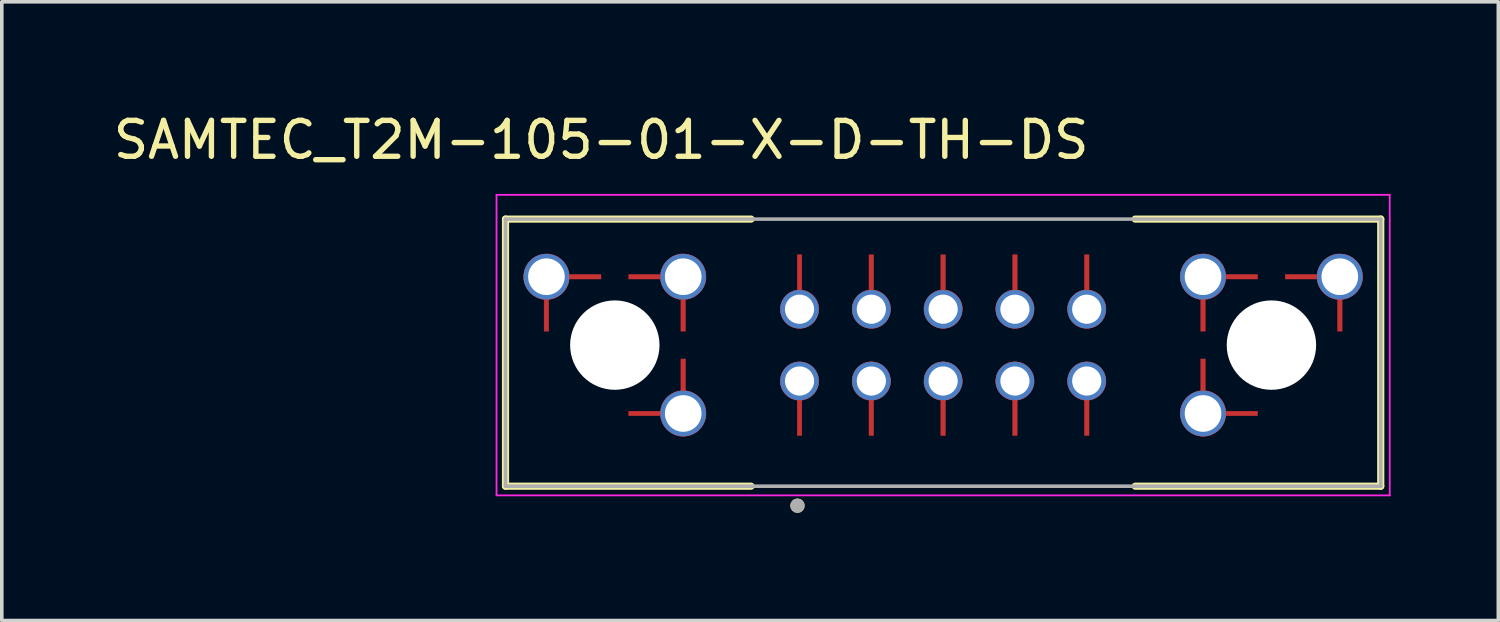
<source format=kicad_pcb>
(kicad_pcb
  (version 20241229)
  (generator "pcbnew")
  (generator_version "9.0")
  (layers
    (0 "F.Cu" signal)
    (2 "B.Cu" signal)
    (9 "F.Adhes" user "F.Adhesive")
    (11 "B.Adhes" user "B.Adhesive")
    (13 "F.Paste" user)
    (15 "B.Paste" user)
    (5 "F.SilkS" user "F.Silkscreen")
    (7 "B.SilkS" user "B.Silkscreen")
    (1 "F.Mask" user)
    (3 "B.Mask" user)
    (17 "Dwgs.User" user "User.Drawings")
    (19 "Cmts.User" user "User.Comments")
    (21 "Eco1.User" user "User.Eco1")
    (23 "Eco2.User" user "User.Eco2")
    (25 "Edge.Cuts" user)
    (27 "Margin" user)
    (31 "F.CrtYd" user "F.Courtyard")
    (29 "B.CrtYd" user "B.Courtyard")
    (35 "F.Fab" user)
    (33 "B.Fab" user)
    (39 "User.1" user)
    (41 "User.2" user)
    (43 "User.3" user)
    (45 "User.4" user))
  (footprint "SAMTEC_T2M-105-01-X-D-TH-DS"
    (layer "F.Cu")
    (at 23.221 6.563)
    (property "Reference" "SAMTEC_T2M-105-01-X-D-TH-DS" (at -9.525 -5.715 0) (layer "F.SilkS") (effects (font (size 1 1) (thickness 0.15))))
    (attr through_hole)
    (fp_poly (pts (xy -4 -0.465) (xy -4.028 -0.466) (xy -4.056 -0.468) (xy -4.084 -0.472) (xy -4.111 -0.477) (xy -4.138 -0.483) (xy -4.165 -0.491) (xy -4.192 -0.501) (xy -4.218 -0.511) (xy -4.243 -0.523) (xy -4.268 -0.537) (xy -4.291 -0.551) (xy -4.314 -0.567) (xy -4.337 -0.584) (xy -4.358 -0.602) (xy -4.378 -0.622) (xy -4.398 -0.642) (xy -4.416 -0.663) (xy -4.433 -0.686) (xy -4.449 -0.709) (xy -4.463 -0.732) (xy -4.477 -0.757) (xy -4.489 -0.782) (xy -4.499 -0.808) (xy -4.509 -0.835) (xy -4.517 -0.862) (xy -4.523 -0.889) (xy -4.528 -0.916) (xy -4.532 -0.944) (xy -4.534 -0.972) (xy -4.535 -1) (xy -4.535 -1.065) (xy -4.53 -1.092) (xy -4.525 -1.115) (xy -4.519 -1.138) (xy -4.512 -1.16) (xy -4.504 -1.182) (xy -4.495 -1.204) (xy -4.485 -1.225) (xy -4.475 -1.246) (xy -4.463 -1.267) (xy -4.451 -1.286) (xy -4.438 -1.306) (xy -4.424 -1.325) (xy -4.409 -1.343) (xy -4.394 -1.36) (xy -4.377 -1.377) (xy -4.36 -1.394) (xy -4.343 -1.409) (xy -4.325 -1.424) (xy -4.306 -1.438) (xy -4.286 -1.451) (xy -4.267 -1.463) (xy -4.246 -1.475) (xy -4.225 -1.485) (xy -4.204 -1.495) (xy -4.182 -1.504) (xy -4.16 -1.512) (xy -4.138 -1.519) (xy -4.115 -1.525) (xy -4.092 -1.53) (xy -4.065 -1.535) (xy -4.065 -2.52) (xy -3.935 -2.52) (xy -3.935 -1.535) (xy -3.916 -1.532) (xy -3.892 -1.528) (xy -3.868 -1.522) (xy -3.845 -1.515) (xy -3.822 -1.508) (xy -3.8 -1.499) (xy -3.778 -1.49) (xy -3.756 -1.479) (xy -3.735 -1.467) (xy -3.714 -1.455) (xy -3.694 -1.442) (xy -3.675 -1.427) (xy -3.656 -1.412) (xy -3.638 -1.397) (xy -3.62 -1.38) (xy -3.603 -1.362) (xy -3.588 -1.344) (xy -3.573 -1.325) (xy -3.558 -1.306) (xy -3.545 -1.286) (xy -3.533 -1.265) (xy -3.521 -1.244) (xy -3.51 -1.222) (xy -3.501 -1.2) (xy -3.492 -1.178) (xy -3.485 -1.155) (xy -3.478 -1.132) (xy -3.472 -1.108) (xy -3.468 -1.084) (xy -3.465 -1.065) (xy -3.465 -1) (xy -3.466 -0.972) (xy -3.468 -0.944) (xy -3.472 -0.916) (xy -3.477 -0.889) (xy -3.483 -0.862) (xy -3.491 -0.835) (xy -3.501 -0.808) (xy -3.511 -0.782) (xy -3.523 -0.757) (xy -3.537 -0.733) (xy -3.551 -0.709) (xy -3.567 -0.686) (xy -3.584 -0.663) (xy -3.602 -0.642) (xy -3.622 -0.622) (xy -3.642 -0.602) (xy -3.663 -0.584) (xy -3.686 -0.567) (xy -3.709 -0.551) (xy -3.732 -0.537) (xy -3.757 -0.523) (xy -3.782 -0.511) (xy -3.808 -0.501) (xy -3.835 -0.491) (xy -3.862 -0.483) (xy -3.889 -0.477) (xy -3.916 -0.472) (xy -3.944 -0.468) (xy -3.972 -0.466) (xy -4 -0.465) (xy -4 -0.594) (xy -3.981 -0.594) (xy -3.96 -0.595) (xy -3.939 -0.597) (xy -3.918 -0.601) (xy -3.898 -0.605) (xy -3.878 -0.611) (xy -3.858 -0.618) (xy -3.838 -0.625) (xy -3.819 -0.634) (xy -3.8 -0.644) (xy -3.782 -0.654) (xy -3.765 -0.666) (xy -3.748 -0.679) (xy -3.732 -0.692) (xy -3.716 -0.706) (xy -3.701 -0.721) (xy -3.687 -0.737) (xy -3.674 -0.753) (xy -3.662 -0.77) (xy -3.651 -0.788) (xy -3.64 -0.806) (xy -3.631 -0.825) (xy -3.623 -0.845) (xy -3.615 -0.864) (xy -3.609 -0.884) (xy -3.604 -0.905) (xy -3.6 -0.925) (xy -3.596 -0.946) (xy -3.594 -0.967) (xy -3.594 -0.99) (xy -3.594 -1) (xy -3.594 -1.021) (xy -3.596 -1.042) (xy -3.599 -1.064) (xy -3.602 -1.085) (xy -3.607 -1.105) (xy -3.613 -1.126) (xy -3.62 -1.146) (xy -3.629 -1.165) (xy -3.638 -1.185) (xy -3.648 -1.203) (xy -3.659 -1.221) (xy -3.671 -1.239) (xy -3.684 -1.256) (xy -3.698 -1.272) (xy -3.713 -1.287) (xy -3.728 -1.302) (xy -3.744 -1.316) (xy -3.761 -1.329) (xy -3.779 -1.341) (xy -3.797 -1.352) (xy -3.815 -1.362) (xy -3.835 -1.371) (xy -3.854 -1.38) (xy -3.874 -1.387) (xy -3.895 -1.393) (xy -3.915 -1.398) (xy -3.936 -1.401) (xy -3.958 -1.404) (xy -3.979 -1.406) (xy -4 -1.407) (xy -4.021 -1.406) (xy -4.042 -1.404) (xy -4.064 -1.401) (xy -4.085 -1.398) (xy -4.105 -1.393) (xy -4.126 -1.387) (xy -4.146 -1.38) (xy -4.165 -1.371) (xy -4.185 -1.362) (xy -4.203 -1.352) (xy -4.221 -1.341) (xy -4.239 -1.329) (xy -4.256 -1.316) (xy -4.272 -1.302) (xy -4.287 -1.287) (xy -4.302 -1.272) (xy -4.316 -1.256) (xy -4.329 -1.239) (xy -4.341 -1.221) (xy -4.352 -1.203) (xy -4.362 -1.185) (xy -4.371 -1.165) (xy -4.38 -1.146) (xy -4.387 -1.126) (xy -4.393 -1.105) (xy -4.398 -1.085) (xy -4.401 -1.064) (xy -4.404 -1.042) (xy -4.406 -1.021) (xy -4.407 -1) (xy -4.406 -0.979) (xy -4.404 -0.958) (xy -4.401 -0.936) (xy -4.398 -0.915) (xy -4.393 -0.895) (xy -4.387 -0.874) (xy -4.38 -0.854) (xy -4.371 -0.835) (xy -4.362 -0.815) (xy -4.352 -0.797) (xy -4.341 -0.779) (xy -4.329 -0.761) (xy -4.316 -0.744) (xy -4.302 -0.728) (xy -4.287 -0.713) (xy -4.272 -0.698) (xy -4.256 -0.684) (xy -4.239 -0.671) (xy -4.221 -0.659) (xy -4.203 -0.648) (xy -4.185 -0.638) (xy -4.165 -0.629) (xy -4.146 -0.62) (xy -4.126 -0.613) (xy -4.105 -0.607) (xy -4.085 -0.602) (xy -4.064 -0.599) (xy -4.042 -0.596) (xy -4.021 -0.594) (xy -4 -0.594) (xy -4 -0.465)) (stroke (width 0.01) (type solid)) (fill yes) (layer "F.Cu"))
    (fp_poly (pts (xy -4 0.465) (xy -3.972 0.466) (xy -3.944 0.468) (xy -3.916 0.472) (xy -3.889 0.477) (xy -3.862 0.483) (xy -3.835 0.491) (xy -3.808 0.501) (xy -3.782 0.511) (xy -3.757 0.523) (xy -3.732 0.537) (xy -3.709 0.551) (xy -3.686 0.567) (xy -3.663 0.584) (xy -3.642 0.602) (xy -3.622 0.622) (xy -3.602 0.642) (xy -3.584 0.663) (xy -3.567 0.686) (xy -3.551 0.709) (xy -3.537 0.733) (xy -3.523 0.757) (xy -3.511 0.782) (xy -3.501 0.808) (xy -3.491 0.835) (xy -3.483 0.862) (xy -3.477 0.889) (xy -3.472 0.916) (xy -3.468 0.944) (xy -3.466 0.972) (xy -3.465 1) (xy -3.465 1.065) (xy -3.47 1.092) (xy -3.475 1.115) (xy -3.481 1.138) (xy -3.488 1.16) (xy -3.496 1.182) (xy -3.505 1.204) (xy -3.515 1.225) (xy -3.525 1.246) (xy -3.537 1.267) (xy -3.549 1.286) (xy -3.562 1.306) (xy -3.576 1.325) (xy -3.591 1.343) (xy -3.606 1.36) (xy -3.623 1.377) (xy -3.64 1.394) (xy -3.657 1.409) (xy -3.675 1.424) (xy -3.694 1.438) (xy -3.714 1.451) (xy -3.733 1.463) (xy -3.754 1.475) (xy -3.775 1.485) (xy -3.796 1.495) (xy -3.818 1.504) (xy -3.84 1.512) (xy -3.862 1.519) (xy -3.885 1.525) (xy -3.908 1.53) (xy -3.935 1.535) (xy -3.935 2.52) (xy -4.065 2.52) (xy -4.065 1.535) (xy -4.084 1.532) (xy -4.108 1.528) (xy -4.132 1.522) (xy -4.155 1.515) (xy -4.178 1.508) (xy -4.2 1.499) (xy -4.222 1.49) (xy -4.244 1.479) (xy -4.265 1.467) (xy -4.286 1.455) (xy -4.306 1.442) (xy -4.325 1.427) (xy -4.344 1.412) (xy -4.362 1.397) (xy -4.38 1.38) (xy -4.397 1.362) (xy -4.412 1.344) (xy -4.427 1.325) (xy -4.442 1.306) (xy -4.455 1.286) (xy -4.467 1.265) (xy -4.479 1.244) (xy -4.49 1.222) (xy -4.499 1.2) (xy -4.508 1.178) (xy -4.515 1.155) (xy -4.522 1.132) (xy -4.528 1.108) (xy -4.532 1.084) (xy -4.535 1.065) (xy -4.535 1) (xy -4.534 0.972) (xy -4.532 0.944) (xy -4.528 0.916) (xy -4.523 0.889) (xy -4.517 0.862) (xy -4.509 0.835) (xy -4.499 0.808) (xy -4.489 0.782) (xy -4.477 0.757) (xy -4.463 0.733) (xy -4.449 0.709) (xy -4.433 0.686) (xy -4.416 0.663) (xy -4.398 0.642) (xy -4.378 0.622) (xy -4.358 0.602) (xy -4.337 0.584) (xy -4.314 0.567) (xy -4.291 0.551) (xy -4.268 0.537) (xy -4.243 0.523) (xy -4.218 0.511) (xy -4.192 0.501) (xy -4.165 0.491) (xy -4.138 0.483) (xy -4.111 0.477) (xy -4.084 0.472) (xy -4.056 0.468) (xy -4.028 0.466) (xy -4 0.465) (xy -4 0.594) (xy -4.019 0.594) (xy -4.04 0.595) (xy -4.061 0.597) (xy -4.082 0.601) (xy -4.102 0.605) (xy -4.122 0.611) (xy -4.142 0.618) (xy -4.162 0.625) (xy -4.181 0.634) (xy -4.2 0.644) (xy -4.218 0.654) (xy -4.235 0.666) (xy -4.252 0.679) (xy -4.268 0.692) (xy -4.284 0.706) (xy -4.299 0.721) (xy -4.313 0.737) (xy -4.326 0.753) (xy -4.338 0.77) (xy -4.349 0.788) (xy -4.36 0.806) (xy -4.369 0.825) (xy -4.377 0.845) (xy -4.385 0.864) (xy -4.391 0.884) (xy -4.396 0.905) (xy -4.4 0.925) (xy -4.404 0.946) (xy -4.406 0.967) (xy -4.407 0.99) (xy -4.407 1) (xy -4.406 1.021) (xy -4.404 1.042) (xy -4.401 1.064) (xy -4.398 1.085) (xy -4.393 1.105) (xy -4.387 1.126) (xy -4.38 1.146) (xy -4.371 1.165) (xy -4.362 1.185) (xy -4.352 1.203) (xy -4.341 1.221) (xy -4.329 1.239) (xy -4.316 1.256) (xy -4.302 1.272) (xy -4.287 1.287) (xy -4.272 1.302) (xy -4.256 1.316) (xy -4.239 1.329) (xy -4.221 1.341) (xy -4.203 1.352) (xy -4.185 1.362) (xy -4.165 1.371) (xy -4.146 1.38) (xy -4.126 1.387) (xy -4.105 1.393) (xy -4.085 1.398) (xy -4.064 1.401) (xy -4.042 1.404) (xy -4.021 1.406) (xy -4 1.407) (xy -3.979 1.406) (xy -3.958 1.404) (xy -3.936 1.401) (xy -3.915 1.398) (xy -3.895 1.393) (xy -3.874 1.387) (xy -3.854 1.38) (xy -3.835 1.371) (xy -3.815 1.362) (xy -3.797 1.352) (xy -3.779 1.341) (xy -3.761 1.329) (xy -3.744 1.316) (xy -3.728 1.302) (xy -3.713 1.287) (xy -3.698 1.272) (xy -3.684 1.256) (xy -3.671 1.239) (xy -3.659 1.221) (xy -3.648 1.203) (xy -3.638 1.185) (xy -3.629 1.165) (xy -3.62 1.146) (xy -3.613 1.126) (xy -3.607 1.105) (xy -3.602 1.085) (xy -3.599 1.064) (xy -3.596 1.042) (xy -3.594 1.021) (xy -3.594 1) (xy -3.594 0.979) (xy -3.596 0.958) (xy -3.599 0.936) (xy -3.602 0.915) (xy -3.607 0.895) (xy -3.613 0.874) (xy -3.62 0.854) (xy -3.629 0.835) (xy -3.638 0.815) (xy -3.648 0.797) (xy -3.659 0.779) (xy -3.671 0.761) (xy -3.684 0.744) (xy -3.698 0.728) (xy -3.713 0.713) (xy -3.728 0.698) (xy -3.744 0.684) (xy -3.761 0.671) (xy -3.779 0.659) (xy -3.797 0.648) (xy -3.815 0.638) (xy -3.835 0.629) (xy -3.854 0.62) (xy -3.874 0.613) (xy -3.895 0.607) (xy -3.915 0.602) (xy -3.936 0.599) (xy -3.958 0.596) (xy -3.979 0.594) (xy -4 0.594) (xy -4 0.465)) (stroke (width 0.01) (type solid)) (fill yes) (layer "F.Cu"))
    (fp_poly (pts (xy -2 -0.465) (xy -2.028 -0.466) (xy -2.056 -0.468) (xy -2.084 -0.472) (xy -2.111 -0.477) (xy -2.138 -0.483) (xy -2.165 -0.491) (xy -2.192 -0.501) (xy -2.218 -0.511) (xy -2.243 -0.523) (xy -2.268 -0.537) (xy -2.291 -0.551) (xy -2.314 -0.567) (xy -2.337 -0.584) (xy -2.358 -0.602) (xy -2.378 -0.622) (xy -2.398 -0.642) (xy -2.416 -0.663) (xy -2.433 -0.686) (xy -2.449 -0.709) (xy -2.463 -0.732) (xy -2.477 -0.757) (xy -2.489 -0.782) (xy -2.499 -0.808) (xy -2.509 -0.835) (xy -2.517 -0.862) (xy -2.523 -0.889) (xy -2.528 -0.916) (xy -2.532 -0.944) (xy -2.534 -0.972) (xy -2.535 -1) (xy -2.535 -1.065) (xy -2.53 -1.092) (xy -2.525 -1.115) (xy -2.519 -1.138) (xy -2.512 -1.16) (xy -2.504 -1.182) (xy -2.495 -1.204) (xy -2.485 -1.225) (xy -2.475 -1.246) (xy -2.463 -1.267) (xy -2.451 -1.286) (xy -2.438 -1.306) (xy -2.424 -1.325) (xy -2.409 -1.343) (xy -2.394 -1.36) (xy -2.377 -1.377) (xy -2.36 -1.394) (xy -2.343 -1.409) (xy -2.325 -1.424) (xy -2.306 -1.438) (xy -2.286 -1.451) (xy -2.267 -1.463) (xy -2.246 -1.475) (xy -2.225 -1.485) (xy -2.204 -1.495) (xy -2.182 -1.504) (xy -2.16 -1.512) (xy -2.138 -1.519) (xy -2.115 -1.525) (xy -2.092 -1.53) (xy -2.065 -1.535) (xy -2.065 -2.52) (xy -1.935 -2.52) (xy -1.935 -1.535) (xy -1.916 -1.532) (xy -1.892 -1.528) (xy -1.868 -1.522) (xy -1.845 -1.515) (xy -1.822 -1.508) (xy -1.8 -1.499) (xy -1.778 -1.49) (xy -1.756 -1.479) (xy -1.735 -1.467) (xy -1.714 -1.455) (xy -1.694 -1.442) (xy -1.675 -1.427) (xy -1.656 -1.412) (xy -1.638 -1.397) (xy -1.62 -1.38) (xy -1.603 -1.362) (xy -1.588 -1.344) (xy -1.573 -1.325) (xy -1.558 -1.306) (xy -1.545 -1.286) (xy -1.533 -1.265) (xy -1.521 -1.244) (xy -1.51 -1.222) (xy -1.501 -1.2) (xy -1.492 -1.178) (xy -1.485 -1.155) (xy -1.478 -1.132) (xy -1.472 -1.108) (xy -1.468 -1.084) (xy -1.465 -1.065) (xy -1.465 -1) (xy -1.466 -0.972) (xy -1.468 -0.944) (xy -1.472 -0.916) (xy -1.477 -0.889) (xy -1.483 -0.862) (xy -1.491 -0.835) (xy -1.501 -0.808) (xy -1.511 -0.782) (xy -1.523 -0.757) (xy -1.537 -0.733) (xy -1.551 -0.709) (xy -1.567 -0.686) (xy -1.584 -0.663) (xy -1.602 -0.642) (xy -1.622 -0.622) (xy -1.642 -0.602) (xy -1.663 -0.584) (xy -1.686 -0.567) (xy -1.709 -0.551) (xy -1.732 -0.537) (xy -1.757 -0.523) (xy -1.782 -0.511) (xy -1.808 -0.501) (xy -1.835 -0.491) (xy -1.862 -0.483) (xy -1.889 -0.477) (xy -1.916 -0.472) (xy -1.944 -0.468) (xy -1.972 -0.466) (xy -2 -0.465) (xy -2 -0.594) (xy -1.981 -0.594) (xy -1.96 -0.595) (xy -1.939 -0.597) (xy -1.918 -0.601) (xy -1.898 -0.605) (xy -1.878 -0.611) (xy -1.858 -0.618) (xy -1.838 -0.625) (xy -1.819 -0.634) (xy -1.8 -0.644) (xy -1.782 -0.654) (xy -1.765 -0.666) (xy -1.748 -0.679) (xy -1.732 -0.692) (xy -1.716 -0.706) (xy -1.701 -0.721) (xy -1.687 -0.737) (xy -1.674 -0.753) (xy -1.662 -0.77) (xy -1.651 -0.788) (xy -1.64 -0.806) (xy -1.631 -0.825) (xy -1.623 -0.845) (xy -1.615 -0.864) (xy -1.609 -0.884) (xy -1.604 -0.905) (xy -1.6 -0.925) (xy -1.596 -0.946) (xy -1.594 -0.967) (xy -1.593 -0.99) (xy -1.593 -1) (xy -1.594 -1.021) (xy -1.596 -1.042) (xy -1.599 -1.064) (xy -1.602 -1.085) (xy -1.607 -1.105) (xy -1.613 -1.126) (xy -1.62 -1.146) (xy -1.629 -1.165) (xy -1.638 -1.185) (xy -1.648 -1.203) (xy -1.659 -1.221) (xy -1.671 -1.239) (xy -1.684 -1.256) (xy -1.698 -1.272) (xy -1.713 -1.287) (xy -1.728 -1.302) (xy -1.744 -1.316) (xy -1.761 -1.329) (xy -1.779 -1.341) (xy -1.797 -1.352) (xy -1.815 -1.362) (xy -1.835 -1.371) (xy -1.854 -1.38) (xy -1.874 -1.387) (xy -1.895 -1.393) (xy -1.915 -1.398) (xy -1.936 -1.401) (xy -1.958 -1.404) (xy -1.979 -1.406) (xy -2 -1.407) (xy -2.021 -1.406) (xy -2.042 -1.404) (xy -2.064 -1.401) (xy -2.085 -1.398) (xy -2.105 -1.393) (xy -2.126 -1.387) (xy -2.146 -1.38) (xy -2.165 -1.371) (xy -2.185 -1.362) (xy -2.203 -1.352) (xy -2.221 -1.341) (xy -2.239 -1.329) (xy -2.256 -1.316) (xy -2.272 -1.302) (xy -2.287 -1.287) (xy -2.302 -1.272) (xy -2.316 -1.256) (xy -2.329 -1.239) (xy -2.341 -1.221) (xy -2.352 -1.203) (xy -2.362 -1.185) (xy -2.371 -1.165) (xy -2.38 -1.146) (xy -2.387 -1.126) (xy -2.393 -1.105) (xy -2.398 -1.085) (xy -2.401 -1.064) (xy -2.404 -1.042) (xy -2.406 -1.021) (xy -2.406 -1) (xy -2.406 -0.979) (xy -2.404 -0.958) (xy -2.401 -0.936) (xy -2.398 -0.915) (xy -2.393 -0.895) (xy -2.387 -0.874) (xy -2.38 -0.854) (xy -2.371 -0.835) (xy -2.362 -0.815) (xy -2.352 -0.797) (xy -2.341 -0.779) (xy -2.329 -0.761) (xy -2.316 -0.744) (xy -2.302 -0.728) (xy -2.287 -0.713) (xy -2.272 -0.698) (xy -2.256 -0.684) (xy -2.239 -0.671) (xy -2.221 -0.659) (xy -2.203 -0.648) (xy -2.185 -0.638) (xy -2.165 -0.629) (xy -2.146 -0.62) (xy -2.126 -0.613) (xy -2.105 -0.607) (xy -2.085 -0.602) (xy -2.064 -0.599) (xy -2.042 -0.596) (xy -2.021 -0.594) (xy -2 -0.594) (xy -2 -0.465)) (stroke (width 0.01) (type solid)) (fill yes) (layer "F.Cu"))
    (fp_poly (pts (xy -2 0.465) (xy -1.972 0.466) (xy -1.944 0.468) (xy -1.916 0.472) (xy -1.889 0.477) (xy -1.862 0.483) (xy -1.835 0.491) (xy -1.808 0.501) (xy -1.782 0.511) (xy -1.757 0.523) (xy -1.732 0.537) (xy -1.709 0.551) (xy -1.686 0.567) (xy -1.663 0.584) (xy -1.642 0.602) (xy -1.622 0.622) (xy -1.602 0.642) (xy -1.584 0.663) (xy -1.567 0.686) (xy -1.551 0.709) (xy -1.537 0.733) (xy -1.523 0.757) (xy -1.511 0.782) (xy -1.501 0.808) (xy -1.491 0.835) (xy -1.483 0.862) (xy -1.477 0.889) (xy -1.472 0.916) (xy -1.468 0.944) (xy -1.466 0.972) (xy -1.465 1) (xy -1.465 1.065) (xy -1.47 1.092) (xy -1.475 1.115) (xy -1.481 1.138) (xy -1.488 1.16) (xy -1.496 1.182) (xy -1.505 1.204) (xy -1.515 1.225) (xy -1.525 1.246) (xy -1.537 1.267) (xy -1.549 1.286) (xy -1.562 1.306) (xy -1.576 1.325) (xy -1.591 1.343) (xy -1.606 1.36) (xy -1.623 1.377) (xy -1.64 1.394) (xy -1.657 1.409) (xy -1.675 1.424) (xy -1.694 1.438) (xy -1.714 1.451) (xy -1.733 1.463) (xy -1.754 1.475) (xy -1.775 1.485) (xy -1.796 1.495) (xy -1.818 1.504) (xy -1.84 1.512) (xy -1.862 1.519) (xy -1.885 1.525) (xy -1.908 1.53) (xy -1.935 1.535) (xy -1.935 2.52) (xy -2.065 2.52) (xy -2.065 1.535) (xy -2.084 1.532) (xy -2.108 1.528) (xy -2.132 1.522) (xy -2.155 1.515) (xy -2.178 1.508) (xy -2.2 1.499) (xy -2.222 1.49) (xy -2.244 1.479) (xy -2.265 1.467) (xy -2.286 1.455) (xy -2.306 1.442) (xy -2.325 1.427) (xy -2.344 1.412) (xy -2.362 1.397) (xy -2.38 1.38) (xy -2.397 1.362) (xy -2.412 1.344) (xy -2.427 1.325) (xy -2.442 1.306) (xy -2.455 1.286) (xy -2.467 1.265) (xy -2.479 1.244) (xy -2.49 1.222) (xy -2.499 1.2) (xy -2.508 1.178) (xy -2.515 1.155) (xy -2.522 1.132) (xy -2.528 1.108) (xy -2.532 1.084) (xy -2.535 1.065) (xy -2.535 1) (xy -2.534 0.972) (xy -2.532 0.944) (xy -2.528 0.916) (xy -2.523 0.889) (xy -2.517 0.862) (xy -2.509 0.835) (xy -2.499 0.808) (xy -2.489 0.782) (xy -2.477 0.757) (xy -2.463 0.733) (xy -2.449 0.709) (xy -2.433 0.686) (xy -2.416 0.663) (xy -2.398 0.642) (xy -2.378 0.622) (xy -2.358 0.602) (xy -2.337 0.584) (xy -2.314 0.567) (xy -2.291 0.551) (xy -2.268 0.537) (xy -2.243 0.523) (xy -2.218 0.511) (xy -2.192 0.501) (xy -2.165 0.491) (xy -2.138 0.483) (xy -2.111 0.477) (xy -2.084 0.472) (xy -2.056 0.468) (xy -2.028 0.466) (xy -2 0.465) (xy -2 0.594) (xy -2.019 0.594) (xy -2.04 0.595) (xy -2.061 0.597) (xy -2.082 0.601) (xy -2.102 0.605) (xy -2.122 0.611) (xy -2.142 0.618) (xy -2.162 0.625) (xy -2.181 0.634) (xy -2.2 0.644) (xy -2.218 0.654) (xy -2.235 0.666) (xy -2.252 0.679) (xy -2.268 0.692) (xy -2.284 0.706) (xy -2.299 0.721) (xy -2.313 0.737) (xy -2.326 0.753) (xy -2.338 0.77) (xy -2.349 0.788) (xy -2.36 0.806) (xy -2.369 0.825) (xy -2.377 0.845) (xy -2.385 0.864) (xy -2.391 0.884) (xy -2.396 0.905) (xy -2.4 0.925) (xy -2.404 0.946) (xy -2.406 0.967) (xy -2.406 0.99) (xy -2.406 1) (xy -2.406 1.021) (xy -2.404 1.042) (xy -2.401 1.064) (xy -2.398 1.085) (xy -2.393 1.105) (xy -2.387 1.126) (xy -2.38 1.146) (xy -2.371 1.165) (xy -2.362 1.185) (xy -2.352 1.203) (xy -2.341 1.221) (xy -2.329 1.239) (xy -2.316 1.256) (xy -2.302 1.272) (xy -2.287 1.287) (xy -2.272 1.302) (xy -2.256 1.316) (xy -2.239 1.329) (xy -2.221 1.341) (xy -2.203 1.352) (xy -2.185 1.362) (xy -2.165 1.371) (xy -2.146 1.38) (xy -2.126 1.387) (xy -2.105 1.393) (xy -2.085 1.398) (xy -2.064 1.401) (xy -2.042 1.404) (xy -2.021 1.406) (xy -2 1.407) (xy -1.979 1.406) (xy -1.958 1.404) (xy -1.936 1.401) (xy -1.915 1.398) (xy -1.895 1.393) (xy -1.874 1.387) (xy -1.854 1.38) (xy -1.835 1.371) (xy -1.815 1.362) (xy -1.797 1.352) (xy -1.779 1.341) (xy -1.761 1.329) (xy -1.744 1.316) (xy -1.728 1.302) (xy -1.713 1.287) (xy -1.698 1.272) (xy -1.684 1.256) (xy -1.671 1.239) (xy -1.659 1.221) (xy -1.648 1.203) (xy -1.638 1.185) (xy -1.629 1.165) (xy -1.62 1.146) (xy -1.613 1.126) (xy -1.607 1.105) (xy -1.602 1.085) (xy -1.599 1.064) (xy -1.596 1.042) (xy -1.594 1.021) (xy -1.593 1) (xy -1.594 0.979) (xy -1.596 0.958) (xy -1.599 0.936) (xy -1.602 0.915) (xy -1.607 0.895) (xy -1.613 0.874) (xy -1.62 0.854) (xy -1.629 0.835) (xy -1.638 0.815) (xy -1.648 0.797) (xy -1.659 0.779) (xy -1.671 0.761) (xy -1.684 0.744) (xy -1.698 0.728) (xy -1.713 0.713) (xy -1.728 0.698) (xy -1.744 0.684) (xy -1.761 0.671) (xy -1.779 0.659) (xy -1.797 0.648) (xy -1.815 0.638) (xy -1.835 0.629) (xy -1.854 0.62) (xy -1.874 0.613) (xy -1.895 0.607) (xy -1.915 0.602) (xy -1.936 0.599) (xy -1.958 0.596) (xy -1.979 0.594) (xy -2 0.594) (xy -2 0.465)) (stroke (width 0.01) (type solid)) (fill yes) (layer "F.Cu"))
    (fp_poly (pts (xy 0 -0.465) (xy -0.028 -0.466) (xy -0.056 -0.468) (xy -0.084 -0.472) (xy -0.111 -0.477) (xy -0.138 -0.483) (xy -0.165 -0.491) (xy -0.192 -0.501) (xy -0.218 -0.511) (xy -0.243 -0.523) (xy -0.268 -0.537) (xy -0.291 -0.551) (xy -0.314 -0.567) (xy -0.337 -0.584) (xy -0.358 -0.602) (xy -0.378 -0.622) (xy -0.398 -0.642) (xy -0.416 -0.663) (xy -0.433 -0.686) (xy -0.449 -0.709) (xy -0.463 -0.732) (xy -0.477 -0.757) (xy -0.489 -0.782) (xy -0.499 -0.808) (xy -0.509 -0.835) (xy -0.517 -0.862) (xy -0.523 -0.889) (xy -0.528 -0.916) (xy -0.532 -0.944) (xy -0.534 -0.972) (xy -0.535 -1) (xy -0.535 -1.065) (xy -0.53 -1.092) (xy -0.525 -1.115) (xy -0.519 -1.138) (xy -0.512 -1.16) (xy -0.504 -1.182) (xy -0.495 -1.204) (xy -0.485 -1.225) (xy -0.475 -1.246) (xy -0.463 -1.267) (xy -0.451 -1.286) (xy -0.438 -1.306) (xy -0.424 -1.325) (xy -0.409 -1.343) (xy -0.394 -1.36) (xy -0.377 -1.377) (xy -0.36 -1.394) (xy -0.343 -1.409) (xy -0.325 -1.424) (xy -0.306 -1.438) (xy -0.286 -1.451) (xy -0.267 -1.463) (xy -0.246 -1.475) (xy -0.225 -1.485) (xy -0.204 -1.495) (xy -0.182 -1.504) (xy -0.16 -1.512) (xy -0.138 -1.519) (xy -0.115 -1.525) (xy -0.092 -1.53) (xy -0.065 -1.535) (xy -0.065 -2.52) (xy 0.065 -2.52) (xy 0.065 -1.535) (xy 0.084 -1.532) (xy 0.108 -1.528) (xy 0.132 -1.522) (xy 0.155 -1.515) (xy 0.178 -1.508) (xy 0.2 -1.499) (xy 0.222 -1.49) (xy 0.244 -1.479) (xy 0.265 -1.467) (xy 0.286 -1.455) (xy 0.306 -1.442) (xy 0.325 -1.427) (xy 0.344 -1.412) (xy 0.362 -1.397) (xy 0.38 -1.38) (xy 0.397 -1.362) (xy 0.412 -1.344) (xy 0.427 -1.325) (xy 0.442 -1.306) (xy 0.455 -1.286) (xy 0.467 -1.265) (xy 0.479 -1.244) (xy 0.49 -1.222) (xy 0.499 -1.2) (xy 0.508 -1.178) (xy 0.515 -1.155) (xy 0.522 -1.132) (xy 0.528 -1.108) (xy 0.532 -1.084) (xy 0.535 -1.065) (xy 0.535 -1) (xy 0.534 -0.972) (xy 0.532 -0.944) (xy 0.528 -0.916) (xy 0.523 -0.889) (xy 0.517 -0.862) (xy 0.509 -0.835) (xy 0.499 -0.808) (xy 0.489 -0.782) (xy 0.477 -0.757) (xy 0.463 -0.733) (xy 0.449 -0.709) (xy 0.433 -0.686) (xy 0.416 -0.663) (xy 0.398 -0.642) (xy 0.378 -0.622) (xy 0.358 -0.602) (xy 0.337 -0.584) (xy 0.314 -0.567) (xy 0.291 -0.551) (xy 0.268 -0.537) (xy 0.243 -0.523) (xy 0.218 -0.511) (xy 0.192 -0.501) (xy 0.165 -0.491) (xy 0.138 -0.483) (xy 0.111 -0.477) (xy 0.084 -0.472) (xy 0.056 -0.468) (xy 0.028 -0.466) (xy 0 -0.465) (xy 0 -0.594) (xy 0.019 -0.594) (xy 0.04 -0.595) (xy 0.061 -0.597) (xy 0.082 -0.601) (xy 0.102 -0.605) (xy 0.122 -0.611) (xy 0.142 -0.618) (xy 0.162 -0.625) (xy 0.181 -0.634) (xy 0.2 -0.644) (xy 0.218 -0.654) (xy 0.235 -0.666) (xy 0.252 -0.679) (xy 0.268 -0.692) (xy 0.284 -0.706) (xy 0.299 -0.721) (xy 0.313 -0.737) (xy 0.326 -0.753) (xy 0.338 -0.77) (xy 0.349 -0.788) (xy 0.36 -0.806) (xy 0.369 -0.825) (xy 0.377 -0.845) (xy 0.385 -0.864) (xy 0.391 -0.884) (xy 0.396 -0.905) (xy 0.4 -0.925) (xy 0.404 -0.946) (xy 0.406 -0.967) (xy 0.406 -0.99) (xy 0.406 -1) (xy 0.406 -1.021) (xy 0.404 -1.042) (xy 0.401 -1.064) (xy 0.398 -1.085) (xy 0.393 -1.105) (xy 0.387 -1.126) (xy 0.38 -1.146) (xy 0.371 -1.165) (xy 0.362 -1.185) (xy 0.352 -1.203) (xy 0.341 -1.221) (xy 0.329 -1.239) (xy 0.316 -1.256) (xy 0.302 -1.272) (xy 0.287 -1.287) (xy 0.272 -1.302) (xy 0.256 -1.316) (xy 0.239 -1.329) (xy 0.221 -1.341) (xy 0.203 -1.352) (xy 0.185 -1.362) (xy 0.165 -1.371) (xy 0.146 -1.38) (xy 0.126 -1.387) (xy 0.105 -1.393) (xy 0.085 -1.398) (xy 0.064 -1.401) (xy 0.042 -1.404) (xy 0.021 -1.406) (xy 0 -1.407) (xy -0.021 -1.406) (xy -0.042 -1.404) (xy -0.064 -1.401) (xy -0.085 -1.398) (xy -0.105 -1.393) (xy -0.126 -1.387) (xy -0.146 -1.38) (xy -0.165 -1.371) (xy -0.185 -1.362) (xy -0.203 -1.352) (xy -0.221 -1.341) (xy -0.239 -1.329) (xy -0.256 -1.316) (xy -0.272 -1.302) (xy -0.287 -1.287) (xy -0.302 -1.272) (xy -0.316 -1.256) (xy -0.329 -1.239) (xy -0.341 -1.221) (xy -0.352 -1.203) (xy -0.362 -1.185) (xy -0.371 -1.165) (xy -0.38 -1.146) (xy -0.387 -1.126) (xy -0.393 -1.105) (xy -0.398 -1.085) (xy -0.401 -1.064) (xy -0.404 -1.042) (xy -0.406 -1.021) (xy -0.406 -1) (xy -0.406 -0.979) (xy -0.404 -0.958) (xy -0.401 -0.936) (xy -0.398 -0.915) (xy -0.393 -0.895) (xy -0.387 -0.874) (xy -0.38 -0.854) (xy -0.371 -0.835) (xy -0.362 -0.815) (xy -0.352 -0.797) (xy -0.341 -0.779) (xy -0.329 -0.761) (xy -0.316 -0.744) (xy -0.302 -0.728) (xy -0.287 -0.713) (xy -0.272 -0.698) (xy -0.256 -0.684) (xy -0.239 -0.671) (xy -0.221 -0.659) (xy -0.203 -0.648) (xy -0.185 -0.638) (xy -0.165 -0.629) (xy -0.146 -0.62) (xy -0.126 -0.613) (xy -0.105 -0.607) (xy -0.085 -0.602) (xy -0.064 -0.599) (xy -0.042 -0.596) (xy -0.021 -0.594) (xy 0 -0.594) (xy 0 -0.465)) (stroke (width 0.01) (type solid)) (fill yes) (layer "F.Cu"))
    (fp_poly (pts (xy 0 0.465) (xy 0.028 0.466) (xy 0.056 0.468) (xy 0.084 0.472) (xy 0.111 0.477) (xy 0.138 0.483) (xy 0.165 0.491) (xy 0.192 0.501) (xy 0.218 0.511) (xy 0.243 0.523) (xy 0.268 0.537) (xy 0.291 0.551) (xy 0.314 0.567) (xy 0.337 0.584) (xy 0.358 0.602) (xy 0.378 0.622) (xy 0.398 0.642) (xy 0.416 0.663) (xy 0.433 0.686) (xy 0.449 0.709) (xy 0.463 0.733) (xy 0.477 0.757) (xy 0.489 0.782) (xy 0.499 0.808) (xy 0.509 0.835) (xy 0.517 0.862) (xy 0.523 0.889) (xy 0.528 0.916) (xy 0.532 0.944) (xy 0.534 0.972) (xy 0.535 1) (xy 0.535 1.065) (xy 0.53 1.092) (xy 0.525 1.115) (xy 0.519 1.138) (xy 0.512 1.16) (xy 0.504 1.182) (xy 0.495 1.204) (xy 0.485 1.225) (xy 0.475 1.246) (xy 0.463 1.267) (xy 0.451 1.286) (xy 0.438 1.306) (xy 0.424 1.325) (xy 0.409 1.343) (xy 0.394 1.36) (xy 0.377 1.377) (xy 0.36 1.394) (xy 0.343 1.409) (xy 0.325 1.424) (xy 0.306 1.438) (xy 0.286 1.451) (xy 0.267 1.463) (xy 0.246 1.475) (xy 0.225 1.485) (xy 0.204 1.495) (xy 0.182 1.504) (xy 0.16 1.512) (xy 0.138 1.519) (xy 0.115 1.525) (xy 0.092 1.53) (xy 0.065 1.535) (xy 0.065 2.52) (xy -0.065 2.52) (xy -0.065 1.535) (xy -0.084 1.532) (xy -0.108 1.528) (xy -0.132 1.522) (xy -0.155 1.515) (xy -0.178 1.508) (xy -0.2 1.499) (xy -0.222 1.49) (xy -0.244 1.479) (xy -0.265 1.467) (xy -0.286 1.455) (xy -0.306 1.442) (xy -0.325 1.427) (xy -0.344 1.412) (xy -0.362 1.397) (xy -0.38 1.38) (xy -0.397 1.362) (xy -0.412 1.344) (xy -0.427 1.325) (xy -0.442 1.306) (xy -0.455 1.286) (xy -0.467 1.265) (xy -0.479 1.244) (xy -0.49 1.222) (xy -0.499 1.2) (xy -0.508 1.178) (xy -0.515 1.155) (xy -0.522 1.132) (xy -0.528 1.108) (xy -0.532 1.084) (xy -0.535 1.065) (xy -0.535 1) (xy -0.534 0.972) (xy -0.532 0.944) (xy -0.528 0.916) (xy -0.523 0.889) (xy -0.517 0.862) (xy -0.509 0.835) (xy -0.499 0.808) (xy -0.489 0.782) (xy -0.477 0.757) (xy -0.463 0.733) (xy -0.449 0.709) (xy -0.433 0.686) (xy -0.416 0.663) (xy -0.398 0.642) (xy -0.378 0.622) (xy -0.358 0.602) (xy -0.337 0.584) (xy -0.314 0.567) (xy -0.291 0.551) (xy -0.267 0.537) (xy -0.243 0.523) (xy -0.218 0.511) (xy -0.192 0.501) (xy -0.165 0.491) (xy -0.138 0.483) (xy -0.111 0.477) (xy -0.084 0.472) (xy -0.056 0.468) (xy -0.028 0.466) (xy 0 0.465) (xy 0 0.594) (xy -0.019 0.594) (xy -0.04 0.595) (xy -0.061 0.597) (xy -0.082 0.601) (xy -0.102 0.605) (xy -0.122 0.611) (xy -0.142 0.618) (xy -0.162 0.625) (xy -0.181 0.634) (xy -0.2 0.644) (xy -0.218 0.654) (xy -0.235 0.666) (xy -0.252 0.679) (xy -0.268 0.692) (xy -0.284 0.706) (xy -0.299 0.721) (xy -0.313 0.737) (xy -0.326 0.753) (xy -0.338 0.77) (xy -0.349 0.788) (xy -0.36 0.806) (xy -0.369 0.825) (xy -0.377 0.845) (xy -0.385 0.864) (xy -0.391 0.884) (xy -0.396 0.905) (xy -0.4 0.925) (xy -0.404 0.946) (xy -0.406 0.967) (xy -0.406 0.99) (xy -0.406 1) (xy -0.406 1.021) (xy -0.404 1.042) (xy -0.401 1.064) (xy -0.398 1.085) (xy -0.393 1.105) (xy -0.387 1.126) (xy -0.38 1.146) (xy -0.371 1.165) (xy -0.362 1.185) (xy -0.352 1.203) (xy -0.341 1.221) (xy -0.329 1.239) (xy -0.316 1.256) (xy -0.302 1.272) (xy -0.287 1.287) (xy -0.272 1.302) (xy -0.256 1.316) (xy -0.239 1.329) (xy -0.221 1.341) (xy -0.203 1.352) (xy -0.185 1.362) (xy -0.165 1.371) (xy -0.146 1.38) (xy -0.126 1.387) (xy -0.105 1.393) (xy -0.085 1.398) (xy -0.064 1.401) (xy -0.042 1.404) (xy -0.021 1.406) (xy 0 1.407) (xy 0.021 1.406) (xy 0.042 1.404) (xy 0.064 1.401) (xy 0.085 1.398) (xy 0.105 1.393) (xy 0.126 1.387) (xy 0.146 1.38) (xy 0.165 1.371) (xy 0.185 1.362) (xy 0.203 1.352) (xy 0.221 1.341) (xy 0.239 1.329) (xy 0.256 1.316) (xy 0.272 1.302) (xy 0.287 1.287) (xy 0.302 1.272) (xy 0.316 1.256) (xy 0.329 1.239) (xy 0.341 1.221) (xy 0.352 1.203) (xy 0.362 1.185) (xy 0.371 1.165) (xy 0.38 1.146) (xy 0.387 1.126) (xy 0.393 1.105) (xy 0.398 1.085) (xy 0.401 1.064) (xy 0.404 1.042) (xy 0.406 1.021) (xy 0.406 1) (xy 0.406 0.979) (xy 0.404 0.958) (xy 0.401 0.936) (xy 0.398 0.915) (xy 0.393 0.895) (xy 0.387 0.874) (xy 0.38 0.854) (xy 0.371 0.835) (xy 0.362 0.815) (xy 0.352 0.797) (xy 0.341 0.779) (xy 0.329 0.761) (xy 0.316 0.744) (xy 0.302 0.728) (xy 0.287 0.713) (xy 0.272 0.698) (xy 0.256 0.684) (xy 0.239 0.671) (xy 0.221 0.659) (xy 0.203 0.648) (xy 0.185 0.638) (xy 0.165 0.629) (xy 0.146 0.62) (xy 0.126 0.613) (xy 0.105 0.607) (xy 0.085 0.602) (xy 0.064 0.599) (xy 0.042 0.596) (xy 0.021 0.594) (xy 0 0.594) (xy 0 0.465)) (stroke (width 0.01) (type solid)) (fill yes) (layer "F.Cu"))
    (fp_poly (pts (xy 2 -0.465) (xy 1.972 -0.466) (xy 1.944 -0.468) (xy 1.916 -0.472) (xy 1.889 -0.477) (xy 1.862 -0.483) (xy 1.835 -0.491) (xy 1.808 -0.501) (xy 1.782 -0.511) (xy 1.757 -0.523) (xy 1.732 -0.537) (xy 1.709 -0.551) (xy 1.686 -0.567) (xy 1.663 -0.584) (xy 1.642 -0.602) (xy 1.622 -0.622) (xy 1.602 -0.642) (xy 1.584 -0.663) (xy 1.567 -0.686) (xy 1.551 -0.709) (xy 1.537 -0.732) (xy 1.523 -0.757) (xy 1.511 -0.782) (xy 1.501 -0.808) (xy 1.491 -0.835) (xy 1.483 -0.862) (xy 1.477 -0.889) (xy 1.472 -0.916) (xy 1.468 -0.944) (xy 1.466 -0.972) (xy 1.465 -1) (xy 1.465 -1.065) (xy 1.47 -1.092) (xy 1.475 -1.115) (xy 1.481 -1.138) (xy 1.488 -1.16) (xy 1.496 -1.182) (xy 1.505 -1.204) (xy 1.515 -1.225) (xy 1.525 -1.246) (xy 1.537 -1.267) (xy 1.549 -1.286) (xy 1.562 -1.306) (xy 1.576 -1.325) (xy 1.591 -1.343) (xy 1.606 -1.36) (xy 1.623 -1.377) (xy 1.64 -1.394) (xy 1.657 -1.409) (xy 1.675 -1.424) (xy 1.694 -1.438) (xy 1.714 -1.451) (xy 1.733 -1.463) (xy 1.754 -1.475) (xy 1.775 -1.485) (xy 1.796 -1.495) (xy 1.818 -1.504) (xy 1.84 -1.512) (xy 1.862 -1.519) (xy 1.885 -1.525) (xy 1.908 -1.53) (xy 1.935 -1.535) (xy 1.935 -2.52) (xy 2.065 -2.52) (xy 2.065 -1.535) (xy 2.084 -1.532) (xy 2.108 -1.528) (xy 2.132 -1.522) (xy 2.155 -1.515) (xy 2.178 -1.508) (xy 2.2 -1.499) (xy 2.222 -1.49) (xy 2.244 -1.479) (xy 2.265 -1.467) (xy 2.286 -1.455) (xy 2.306 -1.442) (xy 2.325 -1.427) (xy 2.344 -1.412) (xy 2.362 -1.397) (xy 2.38 -1.38) (xy 2.397 -1.362) (xy 2.412 -1.344) (xy 2.427 -1.325) (xy 2.442 -1.306) (xy 2.455 -1.286) (xy 2.467 -1.265) (xy 2.479 -1.244) (xy 2.49 -1.222) (xy 2.499 -1.2) (xy 2.508 -1.178) (xy 2.515 -1.155) (xy 2.522 -1.132) (xy 2.528 -1.108) (xy 2.532 -1.084) (xy 2.535 -1.065) (xy 2.535 -1) (xy 2.534 -0.972) (xy 2.532 -0.944) (xy 2.528 -0.916) (xy 2.523 -0.889) (xy 2.517 -0.862) (xy 2.509 -0.835) (xy 2.499 -0.808) (xy 2.489 -0.782) (xy 2.477 -0.757) (xy 2.463 -0.733) (xy 2.449 -0.709) (xy 2.433 -0.686) (xy 2.416 -0.663) (xy 2.398 -0.642) (xy 2.378 -0.622) (xy 2.358 -0.602) (xy 2.337 -0.584) (xy 2.314 -0.567) (xy 2.291 -0.551) (xy 2.268 -0.537) (xy 2.243 -0.523) (xy 2.218 -0.511) (xy 2.192 -0.501) (xy 2.165 -0.491) (xy 2.138 -0.483) (xy 2.111 -0.477) (xy 2.084 -0.472) (xy 2.056 -0.468) (xy 2.028 -0.466) (xy 2 -0.465) (xy 2 -0.594) (xy 2.019 -0.594) (xy 2.04 -0.595) (xy 2.061 -0.597) (xy 2.082 -0.601) (xy 2.102 -0.605) (xy 2.122 -0.611) (xy 2.142 -0.618) (xy 2.162 -0.625) (xy 2.181 -0.634) (xy 2.2 -0.644) (xy 2.218 -0.654) (xy 2.235 -0.666) (xy 2.252 -0.679) (xy 2.268 -0.692) (xy 2.284 -0.706) (xy 2.299 -0.721) (xy 2.313 -0.737) (xy 2.326 -0.753) (xy 2.338 -0.77) (xy 2.349 -0.788) (xy 2.36 -0.806) (xy 2.369 -0.825) (xy 2.377 -0.845) (xy 2.385 -0.864) (xy 2.391 -0.884) (xy 2.396 -0.905) (xy 2.4 -0.925) (xy 2.404 -0.946) (xy 2.406 -0.967) (xy 2.406 -0.99) (xy 2.406 -1) (xy 2.406 -1.021) (xy 2.404 -1.042) (xy 2.401 -1.064) (xy 2.398 -1.085) (xy 2.393 -1.105) (xy 2.387 -1.126) (xy 2.38 -1.146) (xy 2.371 -1.165) (xy 2.362 -1.185) (xy 2.352 -1.203) (xy 2.341 -1.221) (xy 2.329 -1.239) (xy 2.316 -1.256) (xy 2.302 -1.272) (xy 2.287 -1.287) (xy 2.272 -1.302) (xy 2.256 -1.316) (xy 2.239 -1.329) (xy 2.221 -1.341) (xy 2.203 -1.352) (xy 2.185 -1.362) (xy 2.165 -1.371) (xy 2.146 -1.38) (xy 2.126 -1.387) (xy 2.105 -1.393) (xy 2.085 -1.398) (xy 2.064 -1.401) (xy 2.042 -1.404) (xy 2.021 -1.406) (xy 2 -1.407) (xy 1.979 -1.406) (xy 1.958 -1.404) (xy 1.936 -1.401) (xy 1.915 -1.398) (xy 1.895 -1.393) (xy 1.874 -1.387) (xy 1.854 -1.38) (xy 1.835 -1.371) (xy 1.815 -1.362) (xy 1.797 -1.352) (xy 1.779 -1.341) (xy 1.761 -1.329) (xy 1.744 -1.316) (xy 1.728 -1.302) (xy 1.713 -1.287) (xy 1.698 -1.272) (xy 1.684 -1.256) (xy 1.671 -1.239) (xy 1.659 -1.221) (xy 1.648 -1.203) (xy 1.638 -1.185) (xy 1.629 -1.165) (xy 1.62 -1.146) (xy 1.613 -1.126) (xy 1.607 -1.105) (xy 1.602 -1.085) (xy 1.599 -1.064) (xy 1.596 -1.042) (xy 1.594 -1.021) (xy 1.593 -1) (xy 1.594 -0.979) (xy 1.596 -0.958) (xy 1.599 -0.936) (xy 1.602 -0.915) (xy 1.607 -0.895) (xy 1.613 -0.874) (xy 1.62 -0.854) (xy 1.629 -0.835) (xy 1.638 -0.815) (xy 1.648 -0.797) (xy 1.659 -0.779) (xy 1.671 -0.761) (xy 1.684 -0.744) (xy 1.698 -0.728) (xy 1.713 -0.713) (xy 1.728 -0.698) (xy 1.744 -0.684) (xy 1.761 -0.671) (xy 1.779 -0.659) (xy 1.797 -0.648) (xy 1.815 -0.638) (xy 1.835 -0.629) (xy 1.854 -0.62) (xy 1.874 -0.613) (xy 1.895 -0.607) (xy 1.915 -0.602) (xy 1.936 -0.599) (xy 1.958 -0.596) (xy 1.979 -0.594) (xy 2 -0.594) (xy 2 -0.465)) (stroke (width 0.01) (type solid)) (fill yes) (layer "F.Cu"))
    (fp_poly (pts (xy 2 0.465) (xy 2.028 0.466) (xy 2.056 0.468) (xy 2.084 0.472) (xy 2.111 0.477) (xy 2.138 0.483) (xy 2.165 0.491) (xy 2.192 0.501) (xy 2.218 0.511) (xy 2.243 0.523) (xy 2.268 0.537) (xy 2.291 0.551) (xy 2.314 0.567) (xy 2.337 0.584) (xy 2.358 0.602) (xy 2.378 0.622) (xy 2.398 0.642) (xy 2.416 0.663) (xy 2.433 0.686) (xy 2.449 0.709) (xy 2.463 0.733) (xy 2.477 0.757) (xy 2.489 0.782) (xy 2.499 0.808) (xy 2.509 0.835) (xy 2.517 0.862) (xy 2.523 0.889) (xy 2.528 0.916) (xy 2.532 0.944) (xy 2.534 0.972) (xy 2.535 1) (xy 2.535 1.065) (xy 2.53 1.092) (xy 2.525 1.115) (xy 2.519 1.138) (xy 2.512 1.16) (xy 2.504 1.182) (xy 2.495 1.204) (xy 2.485 1.225) (xy 2.475 1.246) (xy 2.463 1.267) (xy 2.451 1.286) (xy 2.438 1.306) (xy 2.424 1.325) (xy 2.409 1.343) (xy 2.394 1.36) (xy 2.377 1.377) (xy 2.36 1.394) (xy 2.343 1.409) (xy 2.325 1.424) (xy 2.306 1.438) (xy 2.286 1.451) (xy 2.267 1.463) (xy 2.246 1.475) (xy 2.225 1.485) (xy 2.204 1.495) (xy 2.182 1.504) (xy 2.16 1.512) (xy 2.138 1.519) (xy 2.115 1.525) (xy 2.092 1.53) (xy 2.065 1.535) (xy 2.065 2.52) (xy 1.935 2.52) (xy 1.935 1.535) (xy 1.916 1.532) (xy 1.892 1.528) (xy 1.868 1.522) (xy 1.845 1.515) (xy 1.822 1.508) (xy 1.8 1.499) (xy 1.778 1.49) (xy 1.756 1.479) (xy 1.735 1.467) (xy 1.714 1.455) (xy 1.694 1.442) (xy 1.675 1.427) (xy 1.656 1.412) (xy 1.638 1.397) (xy 1.62 1.38) (xy 1.603 1.362) (xy 1.588 1.344) (xy 1.573 1.325) (xy 1.558 1.306) (xy 1.545 1.286) (xy 1.533 1.265) (xy 1.521 1.244) (xy 1.51 1.222) (xy 1.501 1.2) (xy 1.492 1.178) (xy 1.485 1.155) (xy 1.478 1.132) (xy 1.472 1.108) (xy 1.468 1.084) (xy 1.465 1.065) (xy 1.465 1) (xy 1.466 0.972) (xy 1.468 0.944) (xy 1.472 0.916) (xy 1.477 0.889) (xy 1.483 0.862) (xy 1.491 0.835) (xy 1.501 0.808) (xy 1.511 0.782) (xy 1.523 0.757) (xy 1.537 0.733) (xy 1.551 0.709) (xy 1.567 0.686) (xy 1.584 0.663) (xy 1.602 0.642) (xy 1.622 0.622) (xy 1.642 0.602) (xy 1.663 0.584) (xy 1.686 0.567) (xy 1.709 0.551) (xy 1.733 0.537) (xy 1.757 0.523) (xy 1.782 0.511) (xy 1.808 0.501) (xy 1.835 0.491) (xy 1.862 0.483) (xy 1.889 0.477) (xy 1.916 0.472) (xy 1.944 0.468) (xy 1.972 0.466) (xy 2 0.465) (xy 2 0.594) (xy 1.981 0.594) (xy 1.96 0.595) (xy 1.939 0.597) (xy 1.918 0.601) (xy 1.898 0.605) (xy 1.878 0.611) (xy 1.858 0.618) (xy 1.838 0.625) (xy 1.819 0.634) (xy 1.8 0.644) (xy 1.782 0.654) (xy 1.765 0.666) (xy 1.748 0.679) (xy 1.732 0.692) (xy 1.716 0.706) (xy 1.701 0.721) (xy 1.687 0.737) (xy 1.674 0.753) (xy 1.662 0.77) (xy 1.651 0.788) (xy 1.64 0.806) (xy 1.631 0.825) (xy 1.623 0.845) (xy 1.615 0.864) (xy 1.609 0.884) (xy 1.604 0.905) (xy 1.6 0.925) (xy 1.596 0.946) (xy 1.594 0.967) (xy 1.593 0.99) (xy 1.593 1) (xy 1.594 1.021) (xy 1.596 1.042) (xy 1.599 1.064) (xy 1.602 1.085) (xy 1.607 1.105) (xy 1.613 1.126) (xy 1.62 1.146) (xy 1.629 1.165) (xy 1.638 1.185) (xy 1.648 1.203) (xy 1.659 1.221) (xy 1.671 1.239) (xy 1.684 1.256) (xy 1.698 1.272) (xy 1.713 1.287) (xy 1.728 1.302) (xy 1.744 1.316) (xy 1.761 1.329) (xy 1.779 1.341) (xy 1.797 1.352) (xy 1.815 1.362) (xy 1.835 1.371) (xy 1.854 1.38) (xy 1.874 1.387) (xy 1.895 1.393) (xy 1.915 1.398) (xy 1.936 1.401) (xy 1.958 1.404) (xy 1.979 1.406) (xy 2 1.407) (xy 2.021 1.406) (xy 2.042 1.404) (xy 2.064 1.401) (xy 2.085 1.398) (xy 2.105 1.393) (xy 2.126 1.387) (xy 2.146 1.38) (xy 2.165 1.371) (xy 2.185 1.362) (xy 2.203 1.352) (xy 2.221 1.341) (xy 2.239 1.329) (xy 2.256 1.316) (xy 2.272 1.302) (xy 2.287 1.287) (xy 2.302 1.272) (xy 2.316 1.256) (xy 2.329 1.239) (xy 2.341 1.221) (xy 2.352 1.203) (xy 2.362 1.185) (xy 2.371 1.165) (xy 2.38 1.146) (xy 2.387 1.126) (xy 2.393 1.105) (xy 2.398 1.085) (xy 2.401 1.064) (xy 2.404 1.042) (xy 2.406 1.021) (xy 2.406 1) (xy 2.406 0.979) (xy 2.404 0.958) (xy 2.401 0.936) (xy 2.398 0.915) (xy 2.393 0.895) (xy 2.387 0.874) (xy 2.38 0.854) (xy 2.371 0.835) (xy 2.362 0.815) (xy 2.352 0.797) (xy 2.341 0.779) (xy 2.329 0.761) (xy 2.316 0.744) (xy 2.302 0.728) (xy 2.287 0.713) (xy 2.272 0.698) (xy 2.256 0.684) (xy 2.239 0.671) (xy 2.221 0.659) (xy 2.203 0.648) (xy 2.185 0.638) (xy 2.165 0.629) (xy 2.146 0.62) (xy 2.126 0.613) (xy 2.105 0.607) (xy 2.085 0.602) (xy 2.064 0.599) (xy 2.042 0.596) (xy 2.021 0.594) (xy 2 0.594) (xy 2 0.465)) (stroke (width 0.01) (type solid)) (fill yes) (layer "F.Cu"))
    (fp_poly (pts (xy 4 -0.465) (xy 3.972 -0.466) (xy 3.944 -0.468) (xy 3.916 -0.472) (xy 3.889 -0.477) (xy 3.862 -0.483) (xy 3.835 -0.491) (xy 3.808 -0.501) (xy 3.782 -0.511) (xy 3.757 -0.523) (xy 3.732 -0.537) (xy 3.709 -0.551) (xy 3.686 -0.567) (xy 3.663 -0.584) (xy 3.642 -0.602) (xy 3.622 -0.622) (xy 3.602 -0.642) (xy 3.584 -0.663) (xy 3.567 -0.686) (xy 3.551 -0.709) (xy 3.537 -0.732) (xy 3.523 -0.757) (xy 3.511 -0.782) (xy 3.501 -0.808) (xy 3.491 -0.835) (xy 3.483 -0.862) (xy 3.477 -0.889) (xy 3.472 -0.916) (xy 3.468 -0.944) (xy 3.466 -0.972) (xy 3.465 -1) (xy 3.465 -1.065) (xy 3.47 -1.092) (xy 3.475 -1.115) (xy 3.481 -1.138) (xy 3.488 -1.16) (xy 3.496 -1.182) (xy 3.505 -1.204) (xy 3.515 -1.225) (xy 3.525 -1.246) (xy 3.537 -1.267) (xy 3.549 -1.286) (xy 3.562 -1.306) (xy 3.576 -1.325) (xy 3.591 -1.343) (xy 3.606 -1.36) (xy 3.623 -1.377) (xy 3.64 -1.394) (xy 3.657 -1.409) (xy 3.675 -1.424) (xy 3.694 -1.438) (xy 3.714 -1.451) (xy 3.733 -1.463) (xy 3.754 -1.475) (xy 3.775 -1.485) (xy 3.796 -1.495) (xy 3.818 -1.504) (xy 3.84 -1.512) (xy 3.862 -1.519) (xy 3.885 -1.525) (xy 3.908 -1.53) (xy 3.935 -1.535) (xy 3.935 -2.52) (xy 4.065 -2.52) (xy 4.065 -1.535) (xy 4.084 -1.532) (xy 4.108 -1.528) (xy 4.132 -1.522) (xy 4.155 -1.515) (xy 4.178 -1.508) (xy 4.2 -1.499) (xy 4.222 -1.49) (xy 4.244 -1.479) (xy 4.265 -1.467) (xy 4.286 -1.455) (xy 4.306 -1.442) (xy 4.325 -1.427) (xy 4.344 -1.412) (xy 4.362 -1.397) (xy 4.38 -1.38) (xy 4.397 -1.362) (xy 4.412 -1.344) (xy 4.427 -1.325) (xy 4.442 -1.306) (xy 4.455 -1.286) (xy 4.467 -1.265) (xy 4.479 -1.244) (xy 4.49 -1.222) (xy 4.499 -1.2) (xy 4.508 -1.178) (xy 4.515 -1.155) (xy 4.522 -1.132) (xy 4.528 -1.108) (xy 4.532 -1.084) (xy 4.535 -1.065) (xy 4.535 -1) (xy 4.534 -0.972) (xy 4.532 -0.944) (xy 4.528 -0.916) (xy 4.523 -0.889) (xy 4.517 -0.862) (xy 4.509 -0.835) (xy 4.499 -0.808) (xy 4.489 -0.782) (xy 4.477 -0.757) (xy 4.463 -0.733) (xy 4.449 -0.709) (xy 4.433 -0.686) (xy 4.416 -0.663) (xy 4.398 -0.642) (xy 4.378 -0.622) (xy 4.358 -0.602) (xy 4.337 -0.584) (xy 4.314 -0.567) (xy 4.291 -0.551) (xy 4.268 -0.537) (xy 4.243 -0.523) (xy 4.218 -0.511) (xy 4.192 -0.501) (xy 4.165 -0.491) (xy 4.138 -0.483) (xy 4.111 -0.477) (xy 4.084 -0.472) (xy 4.056 -0.468) (xy 4.028 -0.466) (xy 4 -0.465) (xy 4 -0.594) (xy 4.019 -0.594) (xy 4.04 -0.595) (xy 4.061 -0.597) (xy 4.082 -0.601) (xy 4.102 -0.605) (xy 4.122 -0.611) (xy 4.142 -0.618) (xy 4.162 -0.625) (xy 4.181 -0.634) (xy 4.2 -0.644) (xy 4.218 -0.654) (xy 4.235 -0.666) (xy 4.252 -0.679) (xy 4.268 -0.692) (xy 4.284 -0.706) (xy 4.299 -0.721) (xy 4.313 -0.737) (xy 4.326 -0.753) (xy 4.338 -0.77) (xy 4.349 -0.788) (xy 4.36 -0.806) (xy 4.369 -0.825) (xy 4.377 -0.845) (xy 4.385 -0.864) (xy 4.391 -0.884) (xy 4.396 -0.905) (xy 4.4 -0.925) (xy 4.404 -0.946) (xy 4.406 -0.967) (xy 4.407 -0.99) (xy 4.407 -1) (xy 4.406 -1.021) (xy 4.404 -1.042) (xy 4.401 -1.064) (xy 4.398 -1.085) (xy 4.393 -1.105) (xy 4.387 -1.126) (xy 4.38 -1.146) (xy 4.371 -1.165) (xy 4.362 -1.185) (xy 4.352 -1.203) (xy 4.341 -1.221) (xy 4.329 -1.239) (xy 4.316 -1.256) (xy 4.302 -1.272) (xy 4.287 -1.287) (xy 4.272 -1.302) (xy 4.256 -1.316) (xy 4.239 -1.329) (xy 4.221 -1.341) (xy 4.203 -1.352) (xy 4.185 -1.362) (xy 4.165 -1.371) (xy 4.146 -1.38) (xy 4.126 -1.387) (xy 4.105 -1.393) (xy 4.085 -1.398) (xy 4.064 -1.401) (xy 4.042 -1.404) (xy 4.021 -1.406) (xy 4 -1.407) (xy 3.979 -1.406) (xy 3.958 -1.404) (xy 3.936 -1.401) (xy 3.915 -1.398) (xy 3.895 -1.393) (xy 3.874 -1.387) (xy 3.854 -1.38) (xy 3.835 -1.371) (xy 3.815 -1.362) (xy 3.797 -1.352) (xy 3.779 -1.341) (xy 3.761 -1.329) (xy 3.744 -1.316) (xy 3.728 -1.302) (xy 3.713 -1.287) (xy 3.698 -1.272) (xy 3.684 -1.256) (xy 3.671 -1.239) (xy 3.659 -1.221) (xy 3.648 -1.203) (xy 3.638 -1.185) (xy 3.629 -1.165) (xy 3.62 -1.146) (xy 3.613 -1.126) (xy 3.607 -1.105) (xy 3.602 -1.085) (xy 3.599 -1.064) (xy 3.596 -1.042) (xy 3.594 -1.021) (xy 3.594 -1) (xy 3.594 -0.979) (xy 3.596 -0.958) (xy 3.599 -0.936) (xy 3.602 -0.915) (xy 3.607 -0.895) (xy 3.613 -0.874) (xy 3.62 -0.854) (xy 3.629 -0.835) (xy 3.638 -0.815) (xy 3.648 -0.797) (xy 3.659 -0.779) (xy 3.671 -0.761) (xy 3.684 -0.744) (xy 3.698 -0.728) (xy 3.713 -0.713) (xy 3.728 -0.698) (xy 3.744 -0.684) (xy 3.761 -0.671) (xy 3.779 -0.659) (xy 3.797 -0.648) (xy 3.815 -0.638) (xy 3.835 -0.629) (xy 3.854 -0.62) (xy 3.874 -0.613) (xy 3.895 -0.607) (xy 3.915 -0.602) (xy 3.936 -0.599) (xy 3.958 -0.596) (xy 3.979 -0.594) (xy 4 -0.594) (xy 4 -0.465)) (stroke (width 0.01) (type solid)) (fill yes) (layer "F.Cu"))
    (fp_poly (pts (xy 4 0.465) (xy 4.028 0.466) (xy 4.056 0.468) (xy 4.084 0.472) (xy 4.111 0.477) (xy 4.138 0.483) (xy 4.165 0.491) (xy 4.192 0.501) (xy 4.218 0.511) (xy 4.243 0.523) (xy 4.268 0.537) (xy 4.291 0.551) (xy 4.314 0.567) (xy 4.337 0.584) (xy 4.358 0.602) (xy 4.378 0.622) (xy 4.398 0.642) (xy 4.416 0.663) (xy 4.433 0.686) (xy 4.449 0.709) (xy 4.463 0.733) (xy 4.477 0.757) (xy 4.489 0.782) (xy 4.499 0.808) (xy 4.509 0.835) (xy 4.517 0.862) (xy 4.523 0.889) (xy 4.528 0.916) (xy 4.532 0.944) (xy 4.534 0.972) (xy 4.535 1) (xy 4.535 1.065) (xy 4.53 1.092) (xy 4.525 1.115) (xy 4.519 1.138) (xy 4.512 1.16) (xy 4.504 1.182) (xy 4.495 1.204) (xy 4.485 1.225) (xy 4.475 1.246) (xy 4.463 1.267) (xy 4.451 1.286) (xy 4.438 1.306) (xy 4.424 1.325) (xy 4.409 1.343) (xy 4.394 1.36) (xy 4.377 1.377) (xy 4.36 1.394) (xy 4.343 1.409) (xy 4.325 1.424) (xy 4.306 1.438) (xy 4.286 1.451) (xy 4.267 1.463) (xy 4.246 1.475) (xy 4.225 1.485) (xy 4.204 1.495) (xy 4.182 1.504) (xy 4.16 1.512) (xy 4.138 1.519) (xy 4.115 1.525) (xy 4.092 1.53) (xy 4.065 1.535) (xy 4.065 2.52) (xy 3.935 2.52) (xy 3.935 1.535) (xy 3.916 1.532) (xy 3.892 1.528) (xy 3.868 1.522) (xy 3.845 1.515) (xy 3.822 1.508) (xy 3.8 1.499) (xy 3.778 1.49) (xy 3.756 1.479) (xy 3.735 1.467) (xy 3.714 1.455) (xy 3.694 1.442) (xy 3.675 1.427) (xy 3.656 1.412) (xy 3.638 1.397) (xy 3.62 1.38) (xy 3.603 1.362) (xy 3.588 1.344) (xy 3.573 1.325) (xy 3.558 1.306) (xy 3.545 1.286) (xy 3.533 1.265) (xy 3.521 1.244) (xy 3.51 1.222) (xy 3.501 1.2) (xy 3.492 1.178) (xy 3.485 1.155) (xy 3.478 1.132) (xy 3.472 1.108) (xy 3.468 1.084) (xy 3.465 1.065) (xy 3.465 1) (xy 3.466 0.972) (xy 3.468 0.944) (xy 3.472 0.916) (xy 3.477 0.889) (xy 3.483 0.862) (xy 3.491 0.835) (xy 3.501 0.808) (xy 3.511 0.782) (xy 3.523 0.757) (xy 3.537 0.733) (xy 3.551 0.709) (xy 3.567 0.686) (xy 3.584 0.663) (xy 3.602 0.642) (xy 3.622 0.622) (xy 3.642 0.602) (xy 3.663 0.584) (xy 3.686 0.567) (xy 3.709 0.551) (xy 3.732 0.537) (xy 3.757 0.523) (xy 3.782 0.511) (xy 3.808 0.501) (xy 3.835 0.491) (xy 3.862 0.483) (xy 3.889 0.477) (xy 3.916 0.472) (xy 3.944 0.468) (xy 3.972 0.466) (xy 4 0.465) (xy 4 0.594) (xy 3.981 0.594) (xy 3.96 0.595) (xy 3.939 0.597) (xy 3.918 0.601) (xy 3.898 0.605) (xy 3.878 0.611) (xy 3.858 0.618) (xy 3.838 0.625) (xy 3.819 0.634) (xy 3.8 0.644) (xy 3.782 0.654) (xy 3.765 0.666) (xy 3.748 0.679) (xy 3.732 0.692) (xy 3.716 0.706) (xy 3.701 0.721) (xy 3.687 0.737) (xy 3.674 0.753) (xy 3.662 0.77) (xy 3.651 0.788) (xy 3.64 0.806) (xy 3.631 0.825) (xy 3.623 0.845) (xy 3.615 0.864) (xy 3.609 0.884) (xy 3.604 0.905) (xy 3.6 0.925) (xy 3.596 0.946) (xy 3.594 0.967) (xy 3.594 0.99) (xy 3.594 1) (xy 3.594 1.021) (xy 3.596 1.042) (xy 3.599 1.064) (xy 3.602 1.085) (xy 3.607 1.105) (xy 3.613 1.126) (xy 3.62 1.146) (xy 3.629 1.165) (xy 3.638 1.185) (xy 3.648 1.203) (xy 3.659 1.221) (xy 3.671 1.239) (xy 3.684 1.256) (xy 3.698 1.272) (xy 3.713 1.287) (xy 3.728 1.302) (xy 3.744 1.316) (xy 3.761 1.329) (xy 3.779 1.341) (xy 3.797 1.352) (xy 3.815 1.362) (xy 3.835 1.371) (xy 3.854 1.38) (xy 3.874 1.387) (xy 3.895 1.393) (xy 3.915 1.398) (xy 3.936 1.401) (xy 3.958 1.404) (xy 3.979 1.406) (xy 4 1.407) (xy 4.021 1.406) (xy 4.042 1.404) (xy 4.064 1.401) (xy 4.085 1.398) (xy 4.105 1.393) (xy 4.126 1.387) (xy 4.146 1.38) (xy 4.165 1.371) (xy 4.185 1.362) (xy 4.203 1.352) (xy 4.221 1.341) (xy 4.239 1.329) (xy 4.256 1.316) (xy 4.272 1.302) (xy 4.287 1.287) (xy 4.302 1.272) (xy 4.316 1.256) (xy 4.329 1.239) (xy 4.341 1.221) (xy 4.352 1.203) (xy 4.362 1.185) (xy 4.371 1.165) (xy 4.38 1.146) (xy 4.387 1.126) (xy 4.393 1.105) (xy 4.398 1.085) (xy 4.401 1.064) (xy 4.404 1.042) (xy 4.406 1.021) (xy 4.407 1) (xy 4.406 0.979) (xy 4.404 0.958) (xy 4.401 0.936) (xy 4.398 0.915) (xy 4.393 0.895) (xy 4.387 0.874) (xy 4.38 0.854) (xy 4.371 0.835) (xy 4.362 0.815) (xy 4.352 0.797) (xy 4.341 0.779) (xy 4.329 0.761) (xy 4.316 0.744) (xy 4.302 0.728) (xy 4.287 0.713) (xy 4.272 0.698) (xy 4.256 0.684) (xy 4.239 0.671) (xy 4.221 0.659) (xy 4.203 0.648) (xy 4.185 0.638) (xy 4.165 0.629) (xy 4.146 0.62) (xy 4.126 0.613) (xy 4.105 0.607) (xy 4.085 0.602) (xy 4.064 0.599) (xy 4.042 0.596) (xy 4.021 0.594) (xy 4 0.594) (xy 4 0.465)) (stroke (width 0.01) (type solid)) (fill yes) (layer "F.Cu"))
    (fp_poly (pts (xy -11.685 -1.905) (xy -11.684 -1.938) (xy -11.682 -1.971) (xy -11.677 -2.004) (xy -11.671 -2.037) (xy -11.663 -2.069) (xy -11.654 -2.101) (xy -11.643 -2.133) (xy -11.63 -2.163) (xy -11.616 -2.193) (xy -11.6 -2.223) (xy -11.583 -2.251) (xy -11.564 -2.278) (xy -11.543 -2.305) (xy -11.522 -2.33) (xy -11.499 -2.354) (xy -11.475 -2.377) (xy -11.45 -2.398) (xy -11.423 -2.419) (xy -11.396 -2.438) (xy -11.367 -2.455) (xy -11.338 -2.471) (xy -11.308 -2.485) (xy -11.278 -2.498) (xy -11.246 -2.509) (xy -11.214 -2.518) (xy -11.182 -2.526) (xy -11.149 -2.532) (xy -11.116 -2.537) (xy -11.083 -2.539) (xy -11.05 -2.54) (xy -10.985 -2.54) (xy -10.957 -2.536) (xy -10.928 -2.53) (xy -10.9 -2.524) (xy -10.872 -2.516) (xy -10.845 -2.507) (xy -10.818 -2.496) (xy -10.791 -2.485) (xy -10.765 -2.472) (xy -10.74 -2.458) (xy -10.715 -2.443) (xy -10.691 -2.427) (xy -10.667 -2.41) (xy -10.645 -2.392) (xy -10.623 -2.373) (xy -10.602 -2.353) (xy -10.582 -2.332) (xy -10.563 -2.31) (xy -10.545 -2.288) (xy -10.528 -2.264) (xy -10.512 -2.24) (xy -10.497 -2.215) (xy -10.483 -2.19) (xy -10.47 -2.164) (xy -10.459 -2.137) (xy -10.448 -2.11) (xy -10.439 -2.083) (xy -10.431 -2.055) (xy -10.425 -2.027) (xy -10.419 -1.998) (xy -10.415 -1.97) (xy -9.53 -1.97) (xy -9.53 -1.84) (xy -10.415 -1.84) (xy -10.419 -1.813) (xy -10.424 -1.784) (xy -10.43 -1.755) (xy -10.437 -1.727) (xy -10.446 -1.699) (xy -10.456 -1.672) (xy -10.468 -1.645) (xy -10.48 -1.619) (xy -10.494 -1.593) (xy -10.509 -1.568) (xy -10.525 -1.544) (xy -10.542 -1.52) (xy -10.56 -1.497) (xy -10.579 -1.476) (xy -10.599 -1.454) (xy -10.621 -1.434) (xy -10.642 -1.415) (xy -10.665 -1.397) (xy -10.689 -1.38) (xy -10.713 -1.364) (xy -10.738 -1.349) (xy -10.764 -1.335) (xy -10.79 -1.323) (xy -10.817 -1.311) (xy -10.844 -1.301) (xy -10.872 -1.292) (xy -10.9 -1.285) (xy -10.929 -1.279) (xy -10.958 -1.274) (xy -10.985 -1.27) (xy -10.985 -0.385) (xy -11.115 -0.385) (xy -11.115 -1.27) (xy -11.143 -1.274) (xy -11.172 -1.28) (xy -11.2 -1.286) (xy -11.228 -1.294) (xy -11.255 -1.303) (xy -11.282 -1.314) (xy -11.309 -1.325) (xy -11.335 -1.338) (xy -11.36 -1.352) (xy -11.385 -1.367) (xy -11.409 -1.383) (xy -11.433 -1.4) (xy -11.455 -1.418) (xy -11.477 -1.437) (xy -11.498 -1.457) (xy -11.518 -1.478) (xy -11.537 -1.5) (xy -11.555 -1.522) (xy -11.572 -1.546) (xy -11.588 -1.57) (xy -11.603 -1.595) (xy -11.617 -1.62) (xy -11.63 -1.646) (xy -11.641 -1.673) (xy -11.652 -1.7) (xy -11.661 -1.727) (xy -11.669 -1.755) (xy -11.675 -1.783) (xy -11.681 -1.812) (xy -11.685 -1.84) (xy -11.685 -1.905) (xy -11.56 -1.905) (xy -11.559 -1.878) (xy -11.557 -1.852) (xy -11.554 -1.825) (xy -11.549 -1.799) (xy -11.543 -1.773) (xy -11.535 -1.747) (xy -11.526 -1.722) (xy -11.516 -1.698) (xy -11.504 -1.673) (xy -11.492 -1.65) (xy -11.478 -1.627) (xy -11.463 -1.605) (xy -11.446 -1.584) (xy -11.429 -1.564) (xy -11.411 -1.544) (xy -11.391 -1.526) (xy -11.371 -1.509) (xy -11.35 -1.492) (xy -11.328 -1.477) (xy -11.305 -1.463) (xy -11.282 -1.451) (xy -11.257 -1.439) (xy -11.233 -1.429) (xy -11.208 -1.42) (xy -11.182 -1.412) (xy -11.156 -1.406) (xy -11.13 -1.401) (xy -11.103 -1.398) (xy -11.077 -1.396) (xy -11.05 -1.395) (xy -11.023 -1.396) (xy -10.997 -1.398) (xy -10.97 -1.401) (xy -10.944 -1.406) (xy -10.918 -1.412) (xy -10.892 -1.42) (xy -10.867 -1.429) (xy -10.843 -1.439) (xy -10.818 -1.451) (xy -10.795 -1.463) (xy -10.772 -1.477) (xy -10.75 -1.492) (xy -10.729 -1.509) (xy -10.709 -1.526) (xy -10.689 -1.544) (xy -10.671 -1.564) (xy -10.654 -1.584) (xy -10.637 -1.605) (xy -10.622 -1.627) (xy -10.608 -1.65) (xy -10.596 -1.673) (xy -10.584 -1.698) (xy -10.574 -1.722) (xy -10.565 -1.747) (xy -10.557 -1.773) (xy -10.551 -1.799) (xy -10.546 -1.825) (xy -10.543 -1.852) (xy -10.541 -1.878) (xy -10.54 -1.905) (xy -10.541 -1.932) (xy -10.543 -1.958) (xy -10.546 -1.985) (xy -10.551 -2.011) (xy -10.557 -2.037) (xy -10.565 -2.063) (xy -10.574 -2.088) (xy -10.584 -2.112) (xy -10.596 -2.137) (xy -10.608 -2.16) (xy -10.622 -2.183) (xy -10.637 -2.205) (xy -10.654 -2.226) (xy -10.671 -2.246) (xy -10.689 -2.266) (xy -10.709 -2.284) (xy -10.729 -2.301) (xy -10.75 -2.318) (xy -10.772 -2.333) (xy -10.795 -2.347) (xy -10.818 -2.359) (xy -10.843 -2.371) (xy -10.867 -2.381) (xy -10.892 -2.39) (xy -10.918 -2.398) (xy -10.944 -2.404) (xy -10.97 -2.409) (xy -10.997 -2.412) (xy -11.023 -2.414) (xy -11.05 -2.415) (xy -11.077 -2.414) (xy -11.103 -2.412) (xy -11.13 -2.409) (xy -11.156 -2.404) (xy -11.182 -2.398) (xy -11.208 -2.39) (xy -11.233 -2.381) (xy -11.257 -2.371) (xy -11.282 -2.359) (xy -11.305 -2.347) (xy -11.328 -2.333) (xy -11.35 -2.318) (xy -11.371 -2.301) (xy -11.391 -2.284) (xy -11.411 -2.266) (xy -11.429 -2.246) (xy -11.446 -2.226) (xy -11.463 -2.205) (xy -11.478 -2.183) (xy -11.492 -2.16) (xy -11.504 -2.137) (xy -11.516 -2.112) (xy -11.526 -2.088) (xy -11.535 -2.063) (xy -11.543 -2.037) (xy -11.549 -2.011) (xy -11.554 -1.985) (xy -11.557 -1.958) (xy -11.559 -1.932) (xy -11.56 -1.905) (xy -11.685 -1.905)) (stroke (width 0.01) (type solid)) (fill yes) (layer "F.Cu"))
    (fp_poly (pts (xy -6.605 -1.905) (xy -6.606 -1.938) (xy -6.608 -1.971) (xy -6.613 -2.004) (xy -6.619 -2.037) (xy -6.627 -2.069) (xy -6.636 -2.101) (xy -6.647 -2.133) (xy -6.66 -2.163) (xy -6.674 -2.193) (xy -6.69 -2.223) (xy -6.707 -2.251) (xy -6.726 -2.278) (xy -6.747 -2.305) (xy -6.768 -2.33) (xy -6.791 -2.354) (xy -6.815 -2.377) (xy -6.84 -2.398) (xy -6.867 -2.419) (xy -6.894 -2.438) (xy -6.923 -2.455) (xy -6.952 -2.471) (xy -6.982 -2.485) (xy -7.012 -2.498) (xy -7.044 -2.509) (xy -7.076 -2.518) (xy -7.108 -2.526) (xy -7.141 -2.532) (xy -7.174 -2.537) (xy -7.207 -2.539) (xy -7.24 -2.54) (xy -7.305 -2.54) (xy -7.333 -2.536) (xy -7.362 -2.53) (xy -7.39 -2.524) (xy -7.418 -2.516) (xy -7.445 -2.507) (xy -7.472 -2.496) (xy -7.499 -2.485) (xy -7.525 -2.472) (xy -7.55 -2.458) (xy -7.575 -2.443) (xy -7.599 -2.427) (xy -7.623 -2.41) (xy -7.645 -2.392) (xy -7.667 -2.373) (xy -7.688 -2.353) (xy -7.708 -2.332) (xy -7.727 -2.31) (xy -7.745 -2.288) (xy -7.762 -2.264) (xy -7.778 -2.24) (xy -7.793 -2.215) (xy -7.807 -2.19) (xy -7.82 -2.164) (xy -7.831 -2.137) (xy -7.842 -2.11) (xy -7.851 -2.083) (xy -7.859 -2.055) (xy -7.865 -2.027) (xy -7.871 -1.998) (xy -7.875 -1.97) (xy -8.76 -1.97) (xy -8.76 -1.84) (xy -7.875 -1.84) (xy -7.871 -1.813) (xy -7.866 -1.784) (xy -7.86 -1.755) (xy -7.853 -1.727) (xy -7.844 -1.699) (xy -7.834 -1.672) (xy -7.822 -1.645) (xy -7.81 -1.619) (xy -7.796 -1.593) (xy -7.781 -1.568) (xy -7.765 -1.544) (xy -7.748 -1.52) (xy -7.73 -1.497) (xy -7.711 -1.476) (xy -7.691 -1.454) (xy -7.669 -1.434) (xy -7.648 -1.415) (xy -7.625 -1.397) (xy -7.601 -1.38) (xy -7.577 -1.364) (xy -7.552 -1.349) (xy -7.526 -1.335) (xy -7.5 -1.323) (xy -7.473 -1.311) (xy -7.446 -1.301) (xy -7.418 -1.292) (xy -7.39 -1.285) (xy -7.361 -1.279) (xy -7.332 -1.274) (xy -7.305 -1.27) (xy -7.305 -0.385) (xy -7.175 -0.385) (xy -7.175 -1.27) (xy -7.147 -1.274) (xy -7.118 -1.28) (xy -7.09 -1.286) (xy -7.062 -1.294) (xy -7.035 -1.303) (xy -7.008 -1.314) (xy -6.981 -1.325) (xy -6.955 -1.338) (xy -6.93 -1.352) (xy -6.905 -1.367) (xy -6.881 -1.383) (xy -6.857 -1.4) (xy -6.835 -1.418) (xy -6.813 -1.437) (xy -6.792 -1.457) (xy -6.772 -1.478) (xy -6.753 -1.5) (xy -6.735 -1.522) (xy -6.718 -1.546) (xy -6.702 -1.57) (xy -6.687 -1.595) (xy -6.673 -1.62) (xy -6.66 -1.646) (xy -6.649 -1.673) (xy -6.638 -1.7) (xy -6.629 -1.727) (xy -6.621 -1.755) (xy -6.615 -1.783) (xy -6.609 -1.812) (xy -6.605 -1.84) (xy -6.605 -1.905) (xy -6.73 -1.905) (xy -6.731 -1.878) (xy -6.733 -1.852) (xy -6.736 -1.825) (xy -6.741 -1.799) (xy -6.747 -1.773) (xy -6.755 -1.747) (xy -6.764 -1.722) (xy -6.774 -1.698) (xy -6.786 -1.673) (xy -6.798 -1.65) (xy -6.812 -1.627) (xy -6.827 -1.605) (xy -6.844 -1.584) (xy -6.861 -1.564) (xy -6.879 -1.544) (xy -6.899 -1.526) (xy -6.919 -1.509) (xy -6.94 -1.492) (xy -6.962 -1.477) (xy -6.985 -1.463) (xy -7.008 -1.451) (xy -7.033 -1.439) (xy -7.057 -1.429) (xy -7.082 -1.42) (xy -7.108 -1.412) (xy -7.134 -1.406) (xy -7.16 -1.401) (xy -7.187 -1.398) (xy -7.213 -1.396) (xy -7.24 -1.395) (xy -7.267 -1.396) (xy -7.293 -1.398) (xy -7.32 -1.401) (xy -7.346 -1.406) (xy -7.372 -1.412) (xy -7.398 -1.42) (xy -7.423 -1.429) (xy -7.447 -1.439) (xy -7.472 -1.451) (xy -7.495 -1.463) (xy -7.518 -1.477) (xy -7.54 -1.492) (xy -7.561 -1.509) (xy -7.581 -1.526) (xy -7.601 -1.544) (xy -7.619 -1.564) (xy -7.636 -1.584) (xy -7.653 -1.605) (xy -7.668 -1.627) (xy -7.682 -1.65) (xy -7.694 -1.673) (xy -7.706 -1.698) (xy -7.716 -1.722) (xy -7.725 -1.747) (xy -7.733 -1.773) (xy -7.739 -1.799) (xy -7.744 -1.825) (xy -7.747 -1.852) (xy -7.749 -1.878) (xy -7.75 -1.905) (xy -7.749 -1.932) (xy -7.747 -1.958) (xy -7.744 -1.985) (xy -7.739 -2.011) (xy -7.733 -2.037) (xy -7.725 -2.063) (xy -7.716 -2.088) (xy -7.706 -2.112) (xy -7.694 -2.137) (xy -7.682 -2.16) (xy -7.668 -2.183) (xy -7.653 -2.205) (xy -7.636 -2.226) (xy -7.619 -2.246) (xy -7.601 -2.266) (xy -7.581 -2.284) (xy -7.561 -2.301) (xy -7.54 -2.318) (xy -7.518 -2.333) (xy -7.495 -2.347) (xy -7.472 -2.359) (xy -7.447 -2.371) (xy -7.423 -2.381) (xy -7.398 -2.39) (xy -7.372 -2.398) (xy -7.346 -2.404) (xy -7.32 -2.409) (xy -7.293 -2.412) (xy -7.267 -2.414) (xy -7.24 -2.415) (xy -7.213 -2.414) (xy -7.187 -2.412) (xy -7.16 -2.409) (xy -7.134 -2.404) (xy -7.108 -2.398) (xy -7.082 -2.39) (xy -7.057 -2.381) (xy -7.033 -2.371) (xy -7.008 -2.359) (xy -6.985 -2.347) (xy -6.962 -2.333) (xy -6.94 -2.318) (xy -6.919 -2.301) (xy -6.899 -2.284) (xy -6.879 -2.266) (xy -6.861 -2.246) (xy -6.844 -2.226) (xy -6.827 -2.205) (xy -6.812 -2.183) (xy -6.798 -2.16) (xy -6.786 -2.137) (xy -6.774 -2.112) (xy -6.764 -2.088) (xy -6.755 -2.063) (xy -6.747 -2.037) (xy -6.741 -2.011) (xy -6.736 -1.985) (xy -6.733 -1.958) (xy -6.731 -1.932) (xy -6.73 -1.905) (xy -6.605 -1.905)) (stroke (width 0.01) (type solid)) (fill yes) (layer "F.Cu"))
    (fp_poly (pts (xy -6.605 1.905) (xy -6.606 1.938) (xy -6.608 1.971) (xy -6.613 2.004) (xy -6.619 2.037) (xy -6.627 2.069) (xy -6.636 2.101) (xy -6.647 2.133) (xy -6.66 2.163) (xy -6.674 2.193) (xy -6.69 2.223) (xy -6.707 2.251) (xy -6.726 2.278) (xy -6.747 2.305) (xy -6.768 2.33) (xy -6.791 2.354) (xy -6.815 2.377) (xy -6.84 2.398) (xy -6.867 2.419) (xy -6.894 2.438) (xy -6.923 2.455) (xy -6.952 2.471) (xy -6.982 2.485) (xy -7.012 2.498) (xy -7.044 2.509) (xy -7.076 2.518) (xy -7.108 2.526) (xy -7.141 2.532) (xy -7.174 2.537) (xy -7.207 2.539) (xy -7.24 2.54) (xy -7.305 2.54) (xy -7.333 2.536) (xy -7.362 2.53) (xy -7.39 2.524) (xy -7.418 2.516) (xy -7.445 2.507) (xy -7.472 2.496) (xy -7.499 2.485) (xy -7.525 2.472) (xy -7.55 2.458) (xy -7.575 2.443) (xy -7.599 2.427) (xy -7.623 2.41) (xy -7.645 2.392) (xy -7.667 2.373) (xy -7.688 2.353) (xy -7.708 2.332) (xy -7.727 2.31) (xy -7.745 2.288) (xy -7.762 2.264) (xy -7.778 2.24) (xy -7.793 2.215) (xy -7.807 2.19) (xy -7.82 2.164) (xy -7.831 2.137) (xy -7.842 2.11) (xy -7.851 2.083) (xy -7.859 2.055) (xy -7.865 2.027) (xy -7.871 1.998) (xy -7.875 1.97) (xy -8.76 1.97) (xy -8.76 1.84) (xy -7.875 1.84) (xy -7.871 1.813) (xy -7.866 1.784) (xy -7.86 1.755) (xy -7.853 1.727) (xy -7.844 1.699) (xy -7.834 1.672) (xy -7.822 1.645) (xy -7.81 1.619) (xy -7.796 1.593) (xy -7.781 1.568) (xy -7.765 1.544) (xy -7.748 1.52) (xy -7.73 1.497) (xy -7.711 1.476) (xy -7.691 1.454) (xy -7.669 1.434) (xy -7.648 1.415) (xy -7.625 1.397) (xy -7.601 1.38) (xy -7.577 1.364) (xy -7.552 1.349) (xy -7.526 1.335) (xy -7.5 1.323) (xy -7.473 1.311) (xy -7.446 1.301) (xy -7.418 1.292) (xy -7.39 1.285) (xy -7.361 1.279) (xy -7.332 1.274) (xy -7.305 1.27) (xy -7.305 0.385) (xy -7.175 0.385) (xy -7.175 1.27) (xy -7.147 1.274) (xy -7.118 1.28) (xy -7.09 1.286) (xy -7.062 1.294) (xy -7.035 1.303) (xy -7.008 1.314) (xy -6.981 1.325) (xy -6.955 1.338) (xy -6.93 1.352) (xy -6.905 1.367) (xy -6.881 1.383) (xy -6.857 1.4) (xy -6.835 1.418) (xy -6.813 1.437) (xy -6.792 1.457) (xy -6.772 1.478) (xy -6.753 1.5) (xy -6.735 1.522) (xy -6.718 1.546) (xy -6.702 1.57) (xy -6.687 1.595) (xy -6.673 1.62) (xy -6.66 1.646) (xy -6.649 1.673) (xy -6.638 1.7) (xy -6.629 1.727) (xy -6.621 1.755) (xy -6.615 1.783) (xy -6.609 1.812) (xy -6.605 1.84) (xy -6.605 1.905) (xy -6.73 1.905) (xy -6.731 1.878) (xy -6.733 1.852) (xy -6.736 1.825) (xy -6.741 1.799) (xy -6.747 1.773) (xy -6.755 1.747) (xy -6.764 1.722) (xy -6.774 1.698) (xy -6.786 1.673) (xy -6.798 1.65) (xy -6.812 1.627) (xy -6.827 1.605) (xy -6.844 1.584) (xy -6.861 1.564) (xy -6.879 1.544) (xy -6.899 1.526) (xy -6.919 1.509) (xy -6.94 1.492) (xy -6.962 1.477) (xy -6.985 1.463) (xy -7.008 1.451) (xy -7.033 1.439) (xy -7.057 1.429) (xy -7.082 1.42) (xy -7.108 1.412) (xy -7.134 1.406) (xy -7.16 1.401) (xy -7.187 1.398) (xy -7.213 1.396) (xy -7.24 1.395) (xy -7.267 1.396) (xy -7.293 1.398) (xy -7.32 1.401) (xy -7.346 1.406) (xy -7.372 1.412) (xy -7.398 1.42) (xy -7.423 1.429) (xy -7.447 1.439) (xy -7.472 1.451) (xy -7.495 1.463) (xy -7.518 1.477) (xy -7.54 1.492) (xy -7.561 1.509) (xy -7.581 1.526) (xy -7.601 1.544) (xy -7.619 1.564) (xy -7.636 1.584) (xy -7.653 1.605) (xy -7.668 1.627) (xy -7.682 1.65) (xy -7.694 1.673) (xy -7.706 1.698) (xy -7.716 1.722) (xy -7.725 1.747) (xy -7.733 1.773) (xy -7.739 1.799) (xy -7.744 1.825) (xy -7.747 1.852) (xy -7.749 1.878) (xy -7.75 1.905) (xy -7.749 1.932) (xy -7.747 1.958) (xy -7.744 1.985) (xy -7.739 2.011) (xy -7.733 2.037) (xy -7.725 2.063) (xy -7.716 2.088) (xy -7.706 2.112) (xy -7.694 2.137) (xy -7.682 2.16) (xy -7.668 2.183) (xy -7.653 2.205) (xy -7.636 2.226) (xy -7.619 2.246) (xy -7.601 2.266) (xy -7.581 2.284) (xy -7.561 2.301) (xy -7.54 2.318) (xy -7.518 2.333) (xy -7.495 2.347) (xy -7.472 2.359) (xy -7.447 2.371) (xy -7.423 2.381) (xy -7.398 2.39) (xy -7.372 2.398) (xy -7.346 2.404) (xy -7.32 2.409) (xy -7.293 2.412) (xy -7.267 2.414) (xy -7.24 2.415) (xy -7.213 2.414) (xy -7.187 2.412) (xy -7.16 2.409) (xy -7.134 2.404) (xy -7.108 2.398) (xy -7.082 2.39) (xy -7.057 2.381) (xy -7.033 2.371) (xy -7.008 2.359) (xy -6.985 2.347) (xy -6.962 2.333) (xy -6.94 2.318) (xy -6.919 2.301) (xy -6.899 2.284) (xy -6.879 2.266) (xy -6.861 2.246) (xy -6.844 2.226) (xy -6.827 2.205) (xy -6.812 2.183) (xy -6.798 2.16) (xy -6.786 2.137) (xy -6.774 2.112) (xy -6.764 2.088) (xy -6.755 2.063) (xy -6.747 2.037) (xy -6.741 2.011) (xy -6.736 1.985) (xy -6.733 1.958) (xy -6.731 1.932) (xy -6.73 1.905) (xy -6.605 1.905)) (stroke (width 0.01) (type solid)) (fill yes) (layer "F.Cu"))
    (fp_poly (pts (xy 6.605 -1.905) (xy 6.606 -1.938) (xy 6.608 -1.971) (xy 6.613 -2.004) (xy 6.619 -2.037) (xy 6.627 -2.069) (xy 6.636 -2.101) (xy 6.647 -2.133) (xy 6.66 -2.163) (xy 6.674 -2.193) (xy 6.69 -2.223) (xy 6.707 -2.251) (xy 6.726 -2.278) (xy 6.747 -2.305) (xy 6.768 -2.33) (xy 6.791 -2.354) (xy 6.815 -2.377) (xy 6.84 -2.398) (xy 6.867 -2.419) (xy 6.894 -2.438) (xy 6.923 -2.455) (xy 6.952 -2.471) (xy 6.982 -2.485) (xy 7.012 -2.498) (xy 7.044 -2.509) (xy 7.076 -2.518) (xy 7.108 -2.526) (xy 7.141 -2.532) (xy 7.174 -2.537) (xy 7.207 -2.539) (xy 7.24 -2.54) (xy 7.305 -2.54) (xy 7.333 -2.536) (xy 7.362 -2.53) (xy 7.39 -2.524) (xy 7.418 -2.516) (xy 7.445 -2.507) (xy 7.472 -2.496) (xy 7.499 -2.485) (xy 7.525 -2.472) (xy 7.55 -2.458) (xy 7.575 -2.443) (xy 7.599 -2.427) (xy 7.623 -2.41) (xy 7.645 -2.392) (xy 7.667 -2.373) (xy 7.688 -2.353) (xy 7.708 -2.332) (xy 7.727 -2.31) (xy 7.745 -2.288) (xy 7.762 -2.264) (xy 7.778 -2.24) (xy 7.793 -2.215) (xy 7.807 -2.19) (xy 7.82 -2.164) (xy 7.831 -2.137) (xy 7.842 -2.11) (xy 7.851 -2.083) (xy 7.859 -2.055) (xy 7.865 -2.027) (xy 7.871 -1.998) (xy 7.875 -1.97) (xy 8.76 -1.97) (xy 8.76 -1.84) (xy 7.875 -1.84) (xy 7.871 -1.813) (xy 7.866 -1.784) (xy 7.86 -1.755) (xy 7.853 -1.727) (xy 7.844 -1.699) (xy 7.834 -1.672) (xy 7.822 -1.645) (xy 7.81 -1.619) (xy 7.796 -1.593) (xy 7.781 -1.568) (xy 7.765 -1.544) (xy 7.748 -1.52) (xy 7.73 -1.497) (xy 7.711 -1.476) (xy 7.691 -1.454) (xy 7.669 -1.434) (xy 7.648 -1.415) (xy 7.625 -1.397) (xy 7.601 -1.38) (xy 7.577 -1.364) (xy 7.552 -1.349) (xy 7.526 -1.335) (xy 7.5 -1.323) (xy 7.473 -1.311) (xy 7.446 -1.301) (xy 7.418 -1.292) (xy 7.39 -1.285) (xy 7.361 -1.279) (xy 7.332 -1.274) (xy 7.305 -1.27) (xy 7.305 -0.385) (xy 7.175 -0.385) (xy 7.175 -1.27) (xy 7.147 -1.274) (xy 7.118 -1.28) (xy 7.09 -1.286) (xy 7.062 -1.294) (xy 7.035 -1.303) (xy 7.008 -1.314) (xy 6.981 -1.325) (xy 6.955 -1.338) (xy 6.93 -1.352) (xy 6.905 -1.367) (xy 6.881 -1.383) (xy 6.857 -1.4) (xy 6.835 -1.418) (xy 6.813 -1.437) (xy 6.792 -1.457) (xy 6.772 -1.478) (xy 6.753 -1.5) (xy 6.735 -1.522) (xy 6.718 -1.546) (xy 6.702 -1.57) (xy 6.687 -1.595) (xy 6.673 -1.62) (xy 6.66 -1.646) (xy 6.649 -1.673) (xy 6.638 -1.7) (xy 6.629 -1.727) (xy 6.621 -1.755) (xy 6.615 -1.783) (xy 6.609 -1.812) (xy 6.605 -1.84) (xy 6.605 -1.905) (xy 6.73 -1.905) (xy 6.731 -1.878) (xy 6.733 -1.852) (xy 6.736 -1.825) (xy 6.741 -1.799) (xy 6.747 -1.773) (xy 6.755 -1.747) (xy 6.764 -1.722) (xy 6.774 -1.698) (xy 6.786 -1.673) (xy 6.798 -1.65) (xy 6.812 -1.627) (xy 6.827 -1.605) (xy 6.844 -1.584) (xy 6.861 -1.564) (xy 6.879 -1.544) (xy 6.899 -1.526) (xy 6.919 -1.509) (xy 6.94 -1.492) (xy 6.962 -1.477) (xy 6.985 -1.463) (xy 7.008 -1.451) (xy 7.033 -1.439) (xy 7.057 -1.429) (xy 7.082 -1.42) (xy 7.108 -1.412) (xy 7.134 -1.406) (xy 7.16 -1.401) (xy 7.187 -1.398) (xy 7.213 -1.396) (xy 7.24 -1.395) (xy 7.267 -1.396) (xy 7.293 -1.398) (xy 7.32 -1.401) (xy 7.346 -1.406) (xy 7.372 -1.412) (xy 7.398 -1.42) (xy 7.423 -1.429) (xy 7.447 -1.439) (xy 7.472 -1.451) (xy 7.495 -1.463) (xy 7.518 -1.477) (xy 7.54 -1.492) (xy 7.561 -1.509) (xy 7.581 -1.526) (xy 7.601 -1.544) (xy 7.619 -1.564) (xy 7.636 -1.584) (xy 7.653 -1.605) (xy 7.668 -1.627) (xy 7.682 -1.65) (xy 7.694 -1.673) (xy 7.706 -1.698) (xy 7.716 -1.722) (xy 7.725 -1.747) (xy 7.733 -1.773) (xy 7.739 -1.799) (xy 7.744 -1.825) (xy 7.747 -1.852) (xy 7.749 -1.878) (xy 7.75 -1.905) (xy 7.749 -1.932) (xy 7.747 -1.958) (xy 7.744 -1.985) (xy 7.739 -2.011) (xy 7.733 -2.037) (xy 7.725 -2.063) (xy 7.716 -2.088) (xy 7.706 -2.112) (xy 7.694 -2.137) (xy 7.682 -2.16) (xy 7.668 -2.183) (xy 7.653 -2.205) (xy 7.636 -2.226) (xy 7.619 -2.246) (xy 7.601 -2.266) (xy 7.581 -2.284) (xy 7.561 -2.301) (xy 7.54 -2.318) (xy 7.518 -2.333) (xy 7.495 -2.347) (xy 7.472 -2.359) (xy 7.447 -2.371) (xy 7.423 -2.381) (xy 7.398 -2.39) (xy 7.372 -2.398) (xy 7.346 -2.404) (xy 7.32 -2.409) (xy 7.293 -2.412) (xy 7.267 -2.414) (xy 7.24 -2.415) (xy 7.213 -2.414) (xy 7.187 -2.412) (xy 7.16 -2.409) (xy 7.134 -2.404) (xy 7.108 -2.398) (xy 7.082 -2.39) (xy 7.057 -2.381) (xy 7.033 -2.371) (xy 7.008 -2.359) (xy 6.985 -2.347) (xy 6.962 -2.333) (xy 6.94 -2.318) (xy 6.919 -2.301) (xy 6.899 -2.284) (xy 6.879 -2.266) (xy 6.861 -2.246) (xy 6.844 -2.226) (xy 6.827 -2.205) (xy 6.812 -2.183) (xy 6.798 -2.16) (xy 6.786 -2.137) (xy 6.774 -2.112) (xy 6.764 -2.088) (xy 6.755 -2.063) (xy 6.747 -2.037) (xy 6.741 -2.011) (xy 6.736 -1.985) (xy 6.733 -1.958) (xy 6.731 -1.932) (xy 6.73 -1.905) (xy 6.605 -1.905)) (stroke (width 0.01) (type solid)) (fill yes) (layer "F.Cu"))
    (fp_poly (pts (xy 6.605 1.905) (xy 6.606 1.938) (xy 6.608 1.971) (xy 6.613 2.004) (xy 6.619 2.037) (xy 6.627 2.069) (xy 6.636 2.101) (xy 6.647 2.133) (xy 6.66 2.163) (xy 6.674 2.193) (xy 6.69 2.223) (xy 6.707 2.251) (xy 6.726 2.278) (xy 6.747 2.305) (xy 6.768 2.33) (xy 6.791 2.354) (xy 6.815 2.377) (xy 6.84 2.398) (xy 6.867 2.419) (xy 6.894 2.438) (xy 6.923 2.455) (xy 6.952 2.471) (xy 6.982 2.485) (xy 7.012 2.498) (xy 7.044 2.509) (xy 7.076 2.518) (xy 7.108 2.526) (xy 7.141 2.532) (xy 7.174 2.537) (xy 7.207 2.539) (xy 7.24 2.54) (xy 7.305 2.54) (xy 7.333 2.536) (xy 7.362 2.53) (xy 7.39 2.524) (xy 7.418 2.516) (xy 7.445 2.507) (xy 7.472 2.496) (xy 7.499 2.485) (xy 7.525 2.472) (xy 7.55 2.458) (xy 7.575 2.443) (xy 7.599 2.427) (xy 7.623 2.41) (xy 7.645 2.392) (xy 7.667 2.373) (xy 7.688 2.353) (xy 7.708 2.332) (xy 7.727 2.31) (xy 7.745 2.288) (xy 7.762 2.264) (xy 7.778 2.24) (xy 7.793 2.215) (xy 7.807 2.19) (xy 7.82 2.164) (xy 7.831 2.137) (xy 7.842 2.11) (xy 7.851 2.083) (xy 7.859 2.055) (xy 7.865 2.027) (xy 7.871 1.998) (xy 7.875 1.97) (xy 8.76 1.97) (xy 8.76 1.84) (xy 7.875 1.84) (xy 7.871 1.813) (xy 7.866 1.784) (xy 7.86 1.755) (xy 7.853 1.727) (xy 7.844 1.699) (xy 7.834 1.672) (xy 7.822 1.645) (xy 7.81 1.619) (xy 7.796 1.593) (xy 7.781 1.568) (xy 7.765 1.544) (xy 7.748 1.52) (xy 7.73 1.497) (xy 7.711 1.476) (xy 7.691 1.454) (xy 7.669 1.434) (xy 7.648 1.415) (xy 7.625 1.397) (xy 7.601 1.38) (xy 7.577 1.364) (xy 7.552 1.349) (xy 7.526 1.335) (xy 7.5 1.323) (xy 7.473 1.311) (xy 7.446 1.301) (xy 7.418 1.292) (xy 7.39 1.285) (xy 7.361 1.279) (xy 7.332 1.274) (xy 7.305 1.27) (xy 7.305 0.385) (xy 7.175 0.385) (xy 7.175 1.27) (xy 7.147 1.274) (xy 7.118 1.28) (xy 7.09 1.286) (xy 7.062 1.294) (xy 7.035 1.303) (xy 7.008 1.314) (xy 6.981 1.325) (xy 6.955 1.338) (xy 6.93 1.352) (xy 6.905 1.367) (xy 6.881 1.383) (xy 6.857 1.4) (xy 6.835 1.418) (xy 6.813 1.437) (xy 6.792 1.457) (xy 6.772 1.478) (xy 6.753 1.5) (xy 6.735 1.522) (xy 6.718 1.546) (xy 6.702 1.57) (xy 6.687 1.595) (xy 6.673 1.62) (xy 6.66 1.646) (xy 6.649 1.673) (xy 6.638 1.7) (xy 6.629 1.727) (xy 6.621 1.755) (xy 6.615 1.783) (xy 6.609 1.812) (xy 6.605 1.84) (xy 6.605 1.905) (xy 6.73 1.905) (xy 6.731 1.878) (xy 6.733 1.852) (xy 6.736 1.825) (xy 6.741 1.799) (xy 6.747 1.773) (xy 6.755 1.747) (xy 6.764 1.722) (xy 6.774 1.698) (xy 6.786 1.673) (xy 6.798 1.65) (xy 6.812 1.627) (xy 6.827 1.605) (xy 6.844 1.584) (xy 6.861 1.564) (xy 6.879 1.544) (xy 6.899 1.526) (xy 6.919 1.509) (xy 6.94 1.492) (xy 6.962 1.477) (xy 6.985 1.463) (xy 7.008 1.451) (xy 7.033 1.439) (xy 7.057 1.429) (xy 7.082 1.42) (xy 7.108 1.412) (xy 7.134 1.406) (xy 7.16 1.401) (xy 7.187 1.398) (xy 7.213 1.396) (xy 7.24 1.395) (xy 7.267 1.396) (xy 7.293 1.398) (xy 7.32 1.401) (xy 7.346 1.406) (xy 7.372 1.412) (xy 7.398 1.42) (xy 7.423 1.429) (xy 7.447 1.439) (xy 7.472 1.451) (xy 7.495 1.463) (xy 7.518 1.477) (xy 7.54 1.492) (xy 7.561 1.509) (xy 7.581 1.526) (xy 7.601 1.544) (xy 7.619 1.564) (xy 7.636 1.584) (xy 7.653 1.605) (xy 7.668 1.627) (xy 7.682 1.65) (xy 7.694 1.673) (xy 7.706 1.698) (xy 7.716 1.722) (xy 7.725 1.747) (xy 7.733 1.773) (xy 7.739 1.799) (xy 7.744 1.825) (xy 7.747 1.852) (xy 7.749 1.878) (xy 7.75 1.905) (xy 7.749 1.932) (xy 7.747 1.958) (xy 7.744 1.985) (xy 7.739 2.011) (xy 7.733 2.037) (xy 7.725 2.063) (xy 7.716 2.088) (xy 7.706 2.112) (xy 7.694 2.137) (xy 7.682 2.16) (xy 7.668 2.183) (xy 7.653 2.205) (xy 7.636 2.226) (xy 7.619 2.246) (xy 7.601 2.266) (xy 7.581 2.284) (xy 7.561 2.301) (xy 7.54 2.318) (xy 7.518 2.333) (xy 7.495 2.347) (xy 7.472 2.359) (xy 7.447 2.371) (xy 7.423 2.381) (xy 7.398 2.39) (xy 7.372 2.398) (xy 7.346 2.404) (xy 7.32 2.409) (xy 7.293 2.412) (xy 7.267 2.414) (xy 7.24 2.415) (xy 7.213 2.414) (xy 7.187 2.412) (xy 7.16 2.409) (xy 7.134 2.404) (xy 7.108 2.398) (xy 7.082 2.39) (xy 7.057 2.381) (xy 7.033 2.371) (xy 7.008 2.359) (xy 6.985 2.347) (xy 6.962 2.333) (xy 6.94 2.318) (xy 6.919 2.301) (xy 6.899 2.284) (xy 6.879 2.266) (xy 6.861 2.246) (xy 6.844 2.226) (xy 6.827 2.205) (xy 6.812 2.183) (xy 6.798 2.16) (xy 6.786 2.137) (xy 6.774 2.112) (xy 6.764 2.088) (xy 6.755 2.063) (xy 6.747 2.037) (xy 6.741 2.011) (xy 6.736 1.985) (xy 6.733 1.958) (xy 6.731 1.932) (xy 6.73 1.905) (xy 6.605 1.905)) (stroke (width 0.01) (type solid)) (fill yes) (layer "F.Cu"))
    (fp_poly (pts (xy 11.685 -1.905) (xy 11.684 -1.938) (xy 11.682 -1.971) (xy 11.677 -2.004) (xy 11.671 -2.037) (xy 11.663 -2.069) (xy 11.654 -2.101) (xy 11.643 -2.133) (xy 11.63 -2.163) (xy 11.616 -2.193) (xy 11.6 -2.223) (xy 11.583 -2.251) (xy 11.564 -2.278) (xy 11.543 -2.305) (xy 11.522 -2.33) (xy 11.499 -2.354) (xy 11.475 -2.377) (xy 11.45 -2.398) (xy 11.423 -2.419) (xy 11.396 -2.438) (xy 11.367 -2.455) (xy 11.338 -2.471) (xy 11.308 -2.485) (xy 11.278 -2.498) (xy 11.246 -2.509) (xy 11.214 -2.518) (xy 11.182 -2.526) (xy 11.149 -2.532) (xy 11.116 -2.537) (xy 11.083 -2.539) (xy 11.05 -2.54) (xy 10.985 -2.54) (xy 10.957 -2.536) (xy 10.928 -2.53) (xy 10.9 -2.524) (xy 10.872 -2.516) (xy 10.845 -2.507) (xy 10.818 -2.496) (xy 10.791 -2.485) (xy 10.765 -2.472) (xy 10.74 -2.458) (xy 10.715 -2.443) (xy 10.691 -2.427) (xy 10.667 -2.41) (xy 10.645 -2.392) (xy 10.623 -2.373) (xy 10.602 -2.353) (xy 10.582 -2.332) (xy 10.563 -2.31) (xy 10.545 -2.288) (xy 10.528 -2.264) (xy 10.512 -2.24) (xy 10.497 -2.215) (xy 10.483 -2.19) (xy 10.47 -2.164) (xy 10.459 -2.137) (xy 10.448 -2.11) (xy 10.439 -2.083) (xy 10.431 -2.055) (xy 10.425 -2.027) (xy 10.419 -1.998) (xy 10.415 -1.97) (xy 9.53 -1.97) (xy 9.53 -1.84) (xy 10.415 -1.84) (xy 10.419 -1.813) (xy 10.424 -1.784) (xy 10.43 -1.755) (xy 10.437 -1.727) (xy 10.446 -1.699) (xy 10.456 -1.672) (xy 10.468 -1.645) (xy 10.48 -1.619) (xy 10.494 -1.593) (xy 10.509 -1.568) (xy 10.525 -1.544) (xy 10.542 -1.52) (xy 10.56 -1.497) (xy 10.579 -1.476) (xy 10.599 -1.454) (xy 10.621 -1.434) (xy 10.642 -1.415) (xy 10.665 -1.397) (xy 10.689 -1.38) (xy 10.713 -1.364) (xy 10.738 -1.349) (xy 10.764 -1.335) (xy 10.79 -1.323) (xy 10.817 -1.311) (xy 10.844 -1.301) (xy 10.872 -1.292) (xy 10.9 -1.285) (xy 10.929 -1.279) (xy 10.958 -1.274) (xy 10.985 -1.27) (xy 10.985 -0.385) (xy 11.115 -0.385) (xy 11.115 -1.27) (xy 11.143 -1.274) (xy 11.172 -1.28) (xy 11.2 -1.286) (xy 11.228 -1.294) (xy 11.255 -1.303) (xy 11.282 -1.314) (xy 11.309 -1.325) (xy 11.335 -1.338) (xy 11.36 -1.352) (xy 11.385 -1.367) (xy 11.409 -1.383) (xy 11.433 -1.4) (xy 11.455 -1.418) (xy 11.477 -1.437) (xy 11.498 -1.457) (xy 11.518 -1.478) (xy 11.537 -1.5) (xy 11.555 -1.522) (xy 11.572 -1.546) (xy 11.588 -1.57) (xy 11.603 -1.595) (xy 11.617 -1.62) (xy 11.63 -1.646) (xy 11.641 -1.673) (xy 11.652 -1.7) (xy 11.661 -1.727) (xy 11.669 -1.755) (xy 11.675 -1.783) (xy 11.681 -1.812) (xy 11.685 -1.84) (xy 11.685 -1.905) (xy 11.56 -1.905) (xy 11.559 -1.878) (xy 11.557 -1.852) (xy 11.554 -1.825) (xy 11.549 -1.799) (xy 11.543 -1.773) (xy 11.535 -1.747) (xy 11.526 -1.722) (xy 11.516 -1.698) (xy 11.504 -1.673) (xy 11.492 -1.65) (xy 11.478 -1.627) (xy 11.463 -1.605) (xy 11.446 -1.584) (xy 11.429 -1.564) (xy 11.411 -1.544) (xy 11.391 -1.526) (xy 11.371 -1.509) (xy 11.35 -1.492) (xy 11.328 -1.477) (xy 11.305 -1.463) (xy 11.282 -1.451) (xy 11.257 -1.439) (xy 11.233 -1.429) (xy 11.208 -1.42) (xy 11.182 -1.412) (xy 11.156 -1.406) (xy 11.13 -1.401) (xy 11.103 -1.398) (xy 11.077 -1.396) (xy 11.05 -1.395) (xy 11.023 -1.396) (xy 10.997 -1.398) (xy 10.97 -1.401) (xy 10.944 -1.406) (xy 10.918 -1.412) (xy 10.892 -1.42) (xy 10.867 -1.429) (xy 10.843 -1.439) (xy 10.818 -1.451) (xy 10.795 -1.463) (xy 10.772 -1.477) (xy 10.75 -1.492) (xy 10.729 -1.509) (xy 10.709 -1.526) (xy 10.689 -1.544) (xy 10.671 -1.564) (xy 10.654 -1.584) (xy 10.637 -1.605) (xy 10.622 -1.627) (xy 10.608 -1.65) (xy 10.596 -1.673) (xy 10.584 -1.698) (xy 10.574 -1.722) (xy 10.565 -1.747) (xy 10.557 -1.773) (xy 10.551 -1.799) (xy 10.546 -1.825) (xy 10.543 -1.852) (xy 10.541 -1.878) (xy 10.54 -1.905) (xy 10.541 -1.932) (xy 10.543 -1.958) (xy 10.546 -1.985) (xy 10.551 -2.011) (xy 10.557 -2.037) (xy 10.565 -2.063) (xy 10.574 -2.088) (xy 10.584 -2.112) (xy 10.596 -2.137) (xy 10.608 -2.16) (xy 10.622 -2.183) (xy 10.637 -2.205) (xy 10.654 -2.226) (xy 10.671 -2.246) (xy 10.689 -2.266) (xy 10.709 -2.284) (xy 10.729 -2.301) (xy 10.75 -2.318) (xy 10.772 -2.333) (xy 10.795 -2.347) (xy 10.818 -2.359) (xy 10.843 -2.371) (xy 10.867 -2.381) (xy 10.892 -2.39) (xy 10.918 -2.398) (xy 10.944 -2.404) (xy 10.97 -2.409) (xy 10.997 -2.412) (xy 11.023 -2.414) (xy 11.05 -2.415) (xy 11.077 -2.414) (xy 11.103 -2.412) (xy 11.13 -2.409) (xy 11.156 -2.404) (xy 11.182 -2.398) (xy 11.208 -2.39) (xy 11.233 -2.381) (xy 11.257 -2.371) (xy 11.282 -2.359) (xy 11.305 -2.347) (xy 11.328 -2.333) (xy 11.35 -2.318) (xy 11.371 -2.301) (xy 11.391 -2.284) (xy 11.411 -2.266) (xy 11.429 -2.246) (xy 11.446 -2.226) (xy 11.463 -2.205) (xy 11.478 -2.183) (xy 11.492 -2.16) (xy 11.504 -2.137) (xy 11.516 -2.112) (xy 11.526 -2.088) (xy 11.535 -2.063) (xy 11.543 -2.037) (xy 11.549 -2.011) (xy 11.554 -1.985) (xy 11.557 -1.958) (xy 11.559 -1.932) (xy 11.56 -1.905) (xy 11.685 -1.905)) (stroke (width 0.01) (type solid)) (fill yes) (layer "F.Cu"))
    (fp_poly (pts (xy -4.165 1.615) (xy -4.186 1.608) (xy -4.208 1.601) (xy -4.229 1.593) (xy -4.25 1.584) (xy -4.27 1.575) (xy -4.29 1.564) (xy -4.31 1.553) (xy -4.33 1.542) (xy -4.349 1.529) (xy -4.367 1.516) (xy -4.385 1.503) (xy -4.403 1.488) (xy -4.42 1.474) (xy -4.437 1.458) (xy -4.453 1.442) (xy -4.468 1.426) (xy -4.483 1.408) (xy -4.497 1.391) (xy -4.511 1.373) (xy -4.524 1.354) (xy -4.536 1.335) (xy -4.548 1.316) (xy -4.559 1.296) (xy -4.569 1.276) (xy -4.579 1.255) (xy -4.587 1.234) (xy -4.596 1.213) (xy -4.603 1.192) (xy -4.61 1.17) (xy -4.615 1.15) (xy -4.635 1) (xy -4.634 0.967) (xy -4.632 0.934) (xy -4.627 0.901) (xy -4.621 0.868) (xy -4.613 0.836) (xy -4.604 0.804) (xy -4.593 0.772) (xy -4.58 0.742) (xy -4.566 0.712) (xy -4.55 0.683) (xy -4.533 0.654) (xy -4.514 0.627) (xy -4.493 0.6) (xy -4.472 0.575) (xy -4.449 0.551) (xy -4.425 0.528) (xy -4.4 0.507) (xy -4.373 0.486) (xy -4.346 0.467) (xy -4.317 0.45) (xy -4.288 0.434) (xy -4.258 0.42) (xy -4.228 0.407) (xy -4.196 0.396) (xy -4.164 0.387) (xy -4.132 0.379) (xy -4.099 0.373) (xy -4.066 0.368) (xy -4.033 0.366) (xy -4 0.365) (xy -3.967 0.366) (xy -3.934 0.368) (xy -3.901 0.373) (xy -3.868 0.379) (xy -3.836 0.387) (xy -3.804 0.396) (xy -3.772 0.407) (xy -3.742 0.42) (xy -3.712 0.434) (xy -3.683 0.45) (xy -3.654 0.467) (xy -3.627 0.486) (xy -3.6 0.507) (xy -3.575 0.528) (xy -3.551 0.551) (xy -3.528 0.575) (xy -3.507 0.6) (xy -3.486 0.627) (xy -3.467 0.654) (xy -3.45 0.683) (xy -3.434 0.712) (xy -3.42 0.742) (xy -3.407 0.772) (xy -3.396 0.804) (xy -3.387 0.836) (xy -3.379 0.868) (xy -3.373 0.901) (xy -3.368 0.934) (xy -3.366 0.967) (xy -3.365 1) (xy -3.385 1.15) (xy -3.39 1.171) (xy -3.397 1.193) (xy -3.404 1.215) (xy -3.412 1.236) (xy -3.42 1.257) (xy -3.429 1.278) (xy -3.44 1.298) (xy -3.45 1.318) (xy -3.462 1.337) (xy -3.474 1.356) (xy -3.487 1.375) (xy -3.501 1.393) (xy -3.515 1.411) (xy -3.53 1.428) (xy -3.545 1.444) (xy -3.561 1.46) (xy -3.578 1.476) (xy -3.595 1.491) (xy -3.612 1.505) (xy -3.631 1.518) (xy -3.649 1.531) (xy -3.668 1.543) (xy -3.688 1.555) (xy -3.708 1.566) (xy -3.728 1.576) (xy -3.749 1.585) (xy -3.77 1.594) (xy -3.791 1.602) (xy -3.813 1.609) (xy -3.835 1.615) (xy -3.835 2.62) (xy -4.165 2.62) (xy -4.165 1.615)) (stroke (width 0.01) (type solid)) (fill yes) (layer "F.Mask"))
    (fp_poly (pts (xy -3.835 -1.615) (xy -3.814 -1.608) (xy -3.792 -1.601) (xy -3.771 -1.593) (xy -3.75 -1.584) (xy -3.73 -1.575) (xy -3.71 -1.564) (xy -3.69 -1.553) (xy -3.67 -1.542) (xy -3.651 -1.529) (xy -3.633 -1.516) (xy -3.615 -1.503) (xy -3.597 -1.488) (xy -3.58 -1.474) (xy -3.563 -1.458) (xy -3.547 -1.442) (xy -3.532 -1.426) (xy -3.517 -1.408) (xy -3.503 -1.391) (xy -3.489 -1.373) (xy -3.476 -1.354) (xy -3.464 -1.335) (xy -3.452 -1.316) (xy -3.441 -1.296) (xy -3.431 -1.276) (xy -3.421 -1.255) (xy -3.413 -1.234) (xy -3.404 -1.213) (xy -3.397 -1.192) (xy -3.39 -1.17) (xy -3.385 -1.15) (xy -3.365 -1) (xy -3.366 -0.967) (xy -3.368 -0.934) (xy -3.373 -0.901) (xy -3.379 -0.868) (xy -3.387 -0.836) (xy -3.396 -0.804) (xy -3.407 -0.772) (xy -3.42 -0.742) (xy -3.434 -0.712) (xy -3.45 -0.683) (xy -3.467 -0.654) (xy -3.486 -0.627) (xy -3.507 -0.6) (xy -3.528 -0.575) (xy -3.551 -0.551) (xy -3.575 -0.528) (xy -3.6 -0.507) (xy -3.627 -0.486) (xy -3.654 -0.467) (xy -3.683 -0.45) (xy -3.712 -0.434) (xy -3.742 -0.42) (xy -3.772 -0.407) (xy -3.804 -0.396) (xy -3.836 -0.387) (xy -3.868 -0.379) (xy -3.901 -0.373) (xy -3.934 -0.368) (xy -3.967 -0.366) (xy -4 -0.365) (xy -4.033 -0.366) (xy -4.066 -0.368) (xy -4.099 -0.373) (xy -4.132 -0.379) (xy -4.164 -0.387) (xy -4.196 -0.396) (xy -4.228 -0.407) (xy -4.258 -0.42) (xy -4.288 -0.434) (xy -4.317 -0.45) (xy -4.346 -0.467) (xy -4.373 -0.486) (xy -4.4 -0.507) (xy -4.425 -0.528) (xy -4.449 -0.551) (xy -4.472 -0.575) (xy -4.493 -0.6) (xy -4.514 -0.627) (xy -4.533 -0.654) (xy -4.55 -0.682) (xy -4.566 -0.712) (xy -4.58 -0.742) (xy -4.593 -0.772) (xy -4.604 -0.804) (xy -4.613 -0.836) (xy -4.621 -0.868) (xy -4.627 -0.901) (xy -4.632 -0.934) (xy -4.634 -0.967) (xy -4.635 -1) (xy -4.615 -1.15) (xy -4.61 -1.171) (xy -4.603 -1.193) (xy -4.596 -1.215) (xy -4.588 -1.236) (xy -4.58 -1.257) (xy -4.571 -1.278) (xy -4.56 -1.298) (xy -4.55 -1.318) (xy -4.538 -1.337) (xy -4.526 -1.356) (xy -4.513 -1.375) (xy -4.499 -1.393) (xy -4.485 -1.411) (xy -4.47 -1.428) (xy -4.455 -1.444) (xy -4.439 -1.46) (xy -4.422 -1.476) (xy -4.405 -1.491) (xy -4.388 -1.505) (xy -4.369 -1.518) (xy -4.351 -1.531) (xy -4.332 -1.543) (xy -4.312 -1.555) (xy -4.292 -1.566) (xy -4.272 -1.576) (xy -4.251 -1.585) (xy -4.23 -1.594) (xy -4.209 -1.602) (xy -4.187 -1.609) (xy -4.165 -1.615) (xy -4.165 -2.62) (xy -3.835 -2.62) (xy -3.835 -1.615)) (stroke (width 0.01) (type solid)) (fill yes) (layer "F.Mask"))
    (fp_poly (pts (xy -2.165 1.615) (xy -2.186 1.608) (xy -2.208 1.601) (xy -2.229 1.593) (xy -2.25 1.584) (xy -2.27 1.575) (xy -2.29 1.564) (xy -2.31 1.553) (xy -2.33 1.542) (xy -2.349 1.529) (xy -2.367 1.516) (xy -2.385 1.503) (xy -2.403 1.488) (xy -2.42 1.474) (xy -2.437 1.458) (xy -2.453 1.442) (xy -2.468 1.426) (xy -2.483 1.408) (xy -2.497 1.391) (xy -2.511 1.373) (xy -2.524 1.354) (xy -2.536 1.335) (xy -2.548 1.316) (xy -2.559 1.296) (xy -2.569 1.276) (xy -2.579 1.255) (xy -2.587 1.234) (xy -2.596 1.213) (xy -2.603 1.192) (xy -2.61 1.17) (xy -2.615 1.15) (xy -2.635 1) (xy -2.634 0.967) (xy -2.632 0.934) (xy -2.627 0.901) (xy -2.621 0.868) (xy -2.613 0.836) (xy -2.604 0.804) (xy -2.593 0.772) (xy -2.58 0.742) (xy -2.566 0.712) (xy -2.55 0.683) (xy -2.533 0.654) (xy -2.514 0.627) (xy -2.493 0.6) (xy -2.472 0.575) (xy -2.449 0.551) (xy -2.425 0.528) (xy -2.4 0.507) (xy -2.373 0.486) (xy -2.346 0.467) (xy -2.317 0.45) (xy -2.288 0.434) (xy -2.258 0.42) (xy -2.228 0.407) (xy -2.196 0.396) (xy -2.164 0.387) (xy -2.132 0.379) (xy -2.099 0.373) (xy -2.066 0.368) (xy -2.033 0.366) (xy -2 0.365) (xy -1.967 0.366) (xy -1.934 0.368) (xy -1.901 0.373) (xy -1.868 0.379) (xy -1.836 0.387) (xy -1.804 0.396) (xy -1.772 0.407) (xy -1.742 0.42) (xy -1.712 0.434) (xy -1.682 0.45) (xy -1.654 0.467) (xy -1.627 0.486) (xy -1.6 0.507) (xy -1.575 0.528) (xy -1.551 0.551) (xy -1.528 0.575) (xy -1.507 0.6) (xy -1.486 0.627) (xy -1.467 0.654) (xy -1.45 0.683) (xy -1.434 0.712) (xy -1.42 0.742) (xy -1.407 0.772) (xy -1.396 0.804) (xy -1.387 0.836) (xy -1.379 0.868) (xy -1.373 0.901) (xy -1.368 0.934) (xy -1.366 0.967) (xy -1.365 1) (xy -1.385 1.15) (xy -1.39 1.171) (xy -1.397 1.193) (xy -1.404 1.215) (xy -1.412 1.236) (xy -1.42 1.257) (xy -1.429 1.278) (xy -1.44 1.298) (xy -1.45 1.318) (xy -1.462 1.337) (xy -1.474 1.356) (xy -1.487 1.375) (xy -1.501 1.393) (xy -1.515 1.411) (xy -1.53 1.428) (xy -1.545 1.444) (xy -1.561 1.46) (xy -1.578 1.476) (xy -1.595 1.491) (xy -1.612 1.505) (xy -1.631 1.518) (xy -1.649 1.531) (xy -1.668 1.543) (xy -1.688 1.555) (xy -1.708 1.566) (xy -1.728 1.576) (xy -1.749 1.585) (xy -1.77 1.594) (xy -1.791 1.602) (xy -1.813 1.609) (xy -1.835 1.615) (xy -1.835 2.62) (xy -2.165 2.62) (xy -2.165 1.615)) (stroke (width 0.01) (type solid)) (fill yes) (layer "F.Mask"))
    (fp_poly (pts (xy -1.835 -1.615) (xy -1.814 -1.608) (xy -1.792 -1.601) (xy -1.771 -1.593) (xy -1.75 -1.584) (xy -1.73 -1.575) (xy -1.71 -1.564) (xy -1.69 -1.553) (xy -1.67 -1.542) (xy -1.651 -1.529) (xy -1.633 -1.516) (xy -1.615 -1.503) (xy -1.597 -1.488) (xy -1.58 -1.474) (xy -1.563 -1.458) (xy -1.547 -1.442) (xy -1.532 -1.426) (xy -1.517 -1.408) (xy -1.503 -1.391) (xy -1.489 -1.373) (xy -1.476 -1.354) (xy -1.464 -1.335) (xy -1.452 -1.316) (xy -1.441 -1.296) (xy -1.431 -1.276) (xy -1.421 -1.255) (xy -1.413 -1.234) (xy -1.404 -1.213) (xy -1.397 -1.192) (xy -1.39 -1.17) (xy -1.385 -1.15) (xy -1.365 -1) (xy -1.366 -0.967) (xy -1.368 -0.934) (xy -1.373 -0.901) (xy -1.379 -0.868) (xy -1.387 -0.836) (xy -1.396 -0.804) (xy -1.407 -0.772) (xy -1.42 -0.742) (xy -1.434 -0.712) (xy -1.45 -0.683) (xy -1.467 -0.654) (xy -1.486 -0.627) (xy -1.507 -0.6) (xy -1.528 -0.575) (xy -1.551 -0.551) (xy -1.575 -0.528) (xy -1.6 -0.507) (xy -1.627 -0.486) (xy -1.654 -0.467) (xy -1.682 -0.45) (xy -1.712 -0.434) (xy -1.742 -0.42) (xy -1.772 -0.407) (xy -1.804 -0.396) (xy -1.836 -0.387) (xy -1.868 -0.379) (xy -1.901 -0.373) (xy -1.934 -0.368) (xy -1.967 -0.366) (xy -2 -0.365) (xy -2.033 -0.366) (xy -2.066 -0.368) (xy -2.099 -0.373) (xy -2.132 -0.379) (xy -2.164 -0.387) (xy -2.196 -0.396) (xy -2.228 -0.407) (xy -2.258 -0.42) (xy -2.288 -0.434) (xy -2.317 -0.45) (xy -2.346 -0.467) (xy -2.373 -0.486) (xy -2.4 -0.507) (xy -2.425 -0.528) (xy -2.449 -0.551) (xy -2.472 -0.575) (xy -2.493 -0.6) (xy -2.514 -0.627) (xy -2.533 -0.654) (xy -2.55 -0.682) (xy -2.566 -0.712) (xy -2.58 -0.742) (xy -2.593 -0.772) (xy -2.604 -0.804) (xy -2.613 -0.836) (xy -2.621 -0.868) (xy -2.627 -0.901) (xy -2.632 -0.934) (xy -2.634 -0.967) (xy -2.635 -1) (xy -2.615 -1.15) (xy -2.61 -1.171) (xy -2.603 -1.193) (xy -2.596 -1.215) (xy -2.588 -1.236) (xy -2.58 -1.257) (xy -2.571 -1.278) (xy -2.56 -1.298) (xy -2.55 -1.318) (xy -2.538 -1.337) (xy -2.526 -1.356) (xy -2.513 -1.375) (xy -2.499 -1.393) (xy -2.485 -1.411) (xy -2.47 -1.428) (xy -2.455 -1.444) (xy -2.439 -1.46) (xy -2.422 -1.476) (xy -2.405 -1.491) (xy -2.388 -1.505) (xy -2.369 -1.518) (xy -2.351 -1.531) (xy -2.332 -1.543) (xy -2.312 -1.555) (xy -2.292 -1.566) (xy -2.272 -1.576) (xy -2.251 -1.585) (xy -2.23 -1.594) (xy -2.209 -1.602) (xy -2.187 -1.609) (xy -2.165 -1.615) (xy -2.165 -2.62) (xy -1.835 -2.62) (xy -1.835 -1.615)) (stroke (width 0.01) (type solid)) (fill yes) (layer "F.Mask"))
    (fp_poly (pts (xy -0.165 1.615) (xy -0.186 1.608) (xy -0.208 1.601) (xy -0.229 1.593) (xy -0.25 1.584) (xy -0.27 1.575) (xy -0.29 1.564) (xy -0.31 1.553) (xy -0.33 1.542) (xy -0.349 1.529) (xy -0.367 1.516) (xy -0.385 1.503) (xy -0.403 1.488) (xy -0.42 1.474) (xy -0.437 1.458) (xy -0.453 1.442) (xy -0.468 1.426) (xy -0.483 1.408) (xy -0.497 1.391) (xy -0.511 1.373) (xy -0.524 1.354) (xy -0.536 1.335) (xy -0.548 1.316) (xy -0.559 1.296) (xy -0.569 1.276) (xy -0.579 1.255) (xy -0.587 1.234) (xy -0.596 1.213) (xy -0.603 1.192) (xy -0.61 1.17) (xy -0.615 1.15) (xy -0.635 1) (xy -0.634 0.967) (xy -0.632 0.934) (xy -0.627 0.901) (xy -0.621 0.868) (xy -0.613 0.836) (xy -0.604 0.804) (xy -0.593 0.772) (xy -0.58 0.742) (xy -0.566 0.712) (xy -0.55 0.683) (xy -0.533 0.654) (xy -0.514 0.627) (xy -0.493 0.6) (xy -0.472 0.575) (xy -0.449 0.551) (xy -0.425 0.528) (xy -0.4 0.507) (xy -0.373 0.486) (xy -0.346 0.467) (xy -0.317 0.45) (xy -0.288 0.434) (xy -0.258 0.42) (xy -0.228 0.407) (xy -0.196 0.396) (xy -0.164 0.387) (xy -0.132 0.379) (xy -0.099 0.373) (xy -0.066 0.368) (xy -0.033 0.366) (xy 0 0.365) (xy 0.033 0.366) (xy 0.066 0.368) (xy 0.099 0.373) (xy 0.132 0.379) (xy 0.164 0.387) (xy 0.196 0.396) (xy 0.228 0.407) (xy 0.258 0.42) (xy 0.288 0.434) (xy 0.318 0.45) (xy 0.346 0.467) (xy 0.373 0.486) (xy 0.4 0.507) (xy 0.425 0.528) (xy 0.449 0.551) (xy 0.472 0.575) (xy 0.493 0.6) (xy 0.514 0.627) (xy 0.533 0.654) (xy 0.55 0.683) (xy 0.566 0.712) (xy 0.58 0.742) (xy 0.593 0.772) (xy 0.604 0.804) (xy 0.613 0.836) (xy 0.621 0.868) (xy 0.627 0.901) (xy 0.632 0.934) (xy 0.634 0.967) (xy 0.635 1) (xy 0.615 1.15) (xy 0.61 1.171) (xy 0.603 1.193) (xy 0.596 1.215) (xy 0.588 1.236) (xy 0.58 1.257) (xy 0.571 1.278) (xy 0.56 1.298) (xy 0.55 1.318) (xy 0.538 1.337) (xy 0.526 1.356) (xy 0.513 1.375) (xy 0.499 1.393) (xy 0.485 1.411) (xy 0.47 1.428) (xy 0.455 1.444) (xy 0.439 1.46) (xy 0.422 1.476) (xy 0.405 1.491) (xy 0.388 1.505) (xy 0.369 1.518) (xy 0.351 1.531) (xy 0.332 1.543) (xy 0.312 1.555) (xy 0.292 1.566) (xy 0.272 1.576) (xy 0.251 1.585) (xy 0.23 1.594) (xy 0.209 1.602) (xy 0.187 1.609) (xy 0.165 1.615) (xy 0.165 2.62) (xy -0.165 2.62) (xy -0.165 1.615)) (stroke (width 0.01) (type solid)) (fill yes) (layer "F.Mask"))
    (fp_poly (pts (xy 0.165 -1.615) (xy 0.186 -1.608) (xy 0.208 -1.601) (xy 0.229 -1.593) (xy 0.25 -1.584) (xy 0.27 -1.575) (xy 0.29 -1.564) (xy 0.31 -1.553) (xy 0.33 -1.542) (xy 0.349 -1.529) (xy 0.367 -1.516) (xy 0.385 -1.503) (xy 0.403 -1.488) (xy 0.42 -1.474) (xy 0.437 -1.458) (xy 0.453 -1.442) (xy 0.468 -1.426) (xy 0.483 -1.408) (xy 0.497 -1.391) (xy 0.511 -1.373) (xy 0.524 -1.354) (xy 0.536 -1.335) (xy 0.548 -1.316) (xy 0.559 -1.296) (xy 0.569 -1.276) (xy 0.579 -1.255) (xy 0.587 -1.234) (xy 0.596 -1.213) (xy 0.603 -1.192) (xy 0.61 -1.17) (xy 0.615 -1.15) (xy 0.635 -1) (xy 0.634 -0.967) (xy 0.632 -0.934) (xy 0.627 -0.901) (xy 0.621 -0.868) (xy 0.613 -0.836) (xy 0.604 -0.804) (xy 0.593 -0.772) (xy 0.58 -0.742) (xy 0.566 -0.712) (xy 0.55 -0.683) (xy 0.533 -0.654) (xy 0.514 -0.627) (xy 0.493 -0.6) (xy 0.472 -0.575) (xy 0.449 -0.551) (xy 0.425 -0.528) (xy 0.4 -0.507) (xy 0.373 -0.486) (xy 0.346 -0.467) (xy 0.318 -0.45) (xy 0.288 -0.434) (xy 0.258 -0.42) (xy 0.228 -0.407) (xy 0.196 -0.396) (xy 0.164 -0.387) (xy 0.132 -0.379) (xy 0.099 -0.373) (xy 0.066 -0.368) (xy 0.033 -0.366) (xy 0 -0.365) (xy -0.033 -0.366) (xy -0.066 -0.368) (xy -0.099 -0.373) (xy -0.132 -0.379) (xy -0.164 -0.387) (xy -0.196 -0.396) (xy -0.228 -0.407) (xy -0.258 -0.42) (xy -0.288 -0.434) (xy -0.318 -0.45) (xy -0.346 -0.467) (xy -0.373 -0.486) (xy -0.4 -0.507) (xy -0.425 -0.528) (xy -0.449 -0.551) (xy -0.472 -0.575) (xy -0.493 -0.6) (xy -0.514 -0.627) (xy -0.533 -0.654) (xy -0.55 -0.682) (xy -0.566 -0.712) (xy -0.58 -0.742) (xy -0.593 -0.772) (xy -0.604 -0.804) (xy -0.613 -0.836) (xy -0.621 -0.868) (xy -0.627 -0.901) (xy -0.632 -0.934) (xy -0.634 -0.967) (xy -0.635 -1) (xy -0.615 -1.15) (xy -0.61 -1.171) (xy -0.603 -1.193) (xy -0.596 -1.215) (xy -0.588 -1.236) (xy -0.58 -1.257) (xy -0.571 -1.278) (xy -0.56 -1.298) (xy -0.55 -1.318) (xy -0.538 -1.337) (xy -0.526 -1.356) (xy -0.513 -1.375) (xy -0.499 -1.393) (xy -0.485 -1.411) (xy -0.47 -1.428) (xy -0.455 -1.444) (xy -0.439 -1.46) (xy -0.422 -1.476) (xy -0.405 -1.491) (xy -0.388 -1.505) (xy -0.369 -1.518) (xy -0.351 -1.531) (xy -0.332 -1.543) (xy -0.312 -1.555) (xy -0.292 -1.566) (xy -0.272 -1.576) (xy -0.251 -1.585) (xy -0.23 -1.594) (xy -0.209 -1.602) (xy -0.187 -1.609) (xy -0.165 -1.615) (xy -0.165 -2.62) (xy 0.165 -2.62) (xy 0.165 -1.615)) (stroke (width 0.01) (type solid)) (fill yes) (layer "F.Mask"))
    (fp_poly (pts (xy 1.835 1.615) (xy 1.814 1.608) (xy 1.792 1.601) (xy 1.771 1.593) (xy 1.75 1.584) (xy 1.73 1.575) (xy 1.71 1.564) (xy 1.69 1.553) (xy 1.67 1.542) (xy 1.651 1.529) (xy 1.633 1.516) (xy 1.615 1.503) (xy 1.597 1.488) (xy 1.58 1.474) (xy 1.563 1.458) (xy 1.547 1.442) (xy 1.532 1.426) (xy 1.517 1.408) (xy 1.503 1.391) (xy 1.489 1.373) (xy 1.476 1.354) (xy 1.464 1.335) (xy 1.452 1.316) (xy 1.441 1.296) (xy 1.431 1.276) (xy 1.421 1.255) (xy 1.413 1.234) (xy 1.404 1.213) (xy 1.397 1.192) (xy 1.39 1.17) (xy 1.385 1.15) (xy 1.365 1) (xy 1.366 0.967) (xy 1.368 0.934) (xy 1.373 0.901) (xy 1.379 0.868) (xy 1.387 0.836) (xy 1.396 0.804) (xy 1.407 0.772) (xy 1.42 0.742) (xy 1.434 0.712) (xy 1.45 0.683) (xy 1.467 0.654) (xy 1.486 0.627) (xy 1.507 0.6) (xy 1.528 0.575) (xy 1.551 0.551) (xy 1.575 0.528) (xy 1.6 0.507) (xy 1.627 0.486) (xy 1.654 0.467) (xy 1.683 0.45) (xy 1.712 0.434) (xy 1.742 0.42) (xy 1.772 0.407) (xy 1.804 0.396) (xy 1.836 0.387) (xy 1.868 0.379) (xy 1.901 0.373) (xy 1.934 0.368) (xy 1.967 0.366) (xy 2 0.365) (xy 2.033 0.366) (xy 2.066 0.368) (xy 2.099 0.373) (xy 2.132 0.379) (xy 2.164 0.387) (xy 2.196 0.396) (xy 2.228 0.407) (xy 2.258 0.42) (xy 2.288 0.434) (xy 2.317 0.45) (xy 2.346 0.467) (xy 2.373 0.486) (xy 2.4 0.507) (xy 2.425 0.528) (xy 2.449 0.551) (xy 2.472 0.575) (xy 2.493 0.6) (xy 2.514 0.627) (xy 2.533 0.654) (xy 2.55 0.683) (xy 2.566 0.712) (xy 2.58 0.742) (xy 2.593 0.772) (xy 2.604 0.804) (xy 2.613 0.836) (xy 2.621 0.868) (xy 2.627 0.901) (xy 2.632 0.934) (xy 2.634 0.967) (xy 2.635 1) (xy 2.615 1.15) (xy 2.61 1.171) (xy 2.603 1.193) (xy 2.596 1.215) (xy 2.588 1.236) (xy 2.58 1.257) (xy 2.571 1.278) (xy 2.56 1.298) (xy 2.55 1.318) (xy 2.538 1.337) (xy 2.526 1.356) (xy 2.513 1.375) (xy 2.499 1.393) (xy 2.485 1.411) (xy 2.47 1.428) (xy 2.455 1.444) (xy 2.439 1.46) (xy 2.422 1.476) (xy 2.405 1.491) (xy 2.388 1.505) (xy 2.369 1.518) (xy 2.351 1.531) (xy 2.332 1.543) (xy 2.312 1.555) (xy 2.292 1.566) (xy 2.272 1.576) (xy 2.251 1.585) (xy 2.23 1.594) (xy 2.209 1.602) (xy 2.187 1.609) (xy 2.165 1.615) (xy 2.165 2.62) (xy 1.835 2.62) (xy 1.835 1.615)) (stroke (width 0.01) (type solid)) (fill yes) (layer "F.Mask"))
    (fp_poly (pts (xy 2.165 -1.615) (xy 2.186 -1.608) (xy 2.208 -1.601) (xy 2.229 -1.593) (xy 2.25 -1.584) (xy 2.27 -1.575) (xy 2.29 -1.564) (xy 2.31 -1.553) (xy 2.33 -1.542) (xy 2.349 -1.529) (xy 2.367 -1.516) (xy 2.385 -1.503) (xy 2.403 -1.488) (xy 2.42 -1.474) (xy 2.437 -1.458) (xy 2.453 -1.442) (xy 2.468 -1.426) (xy 2.483 -1.408) (xy 2.497 -1.391) (xy 2.511 -1.373) (xy 2.524 -1.354) (xy 2.536 -1.335) (xy 2.548 -1.316) (xy 2.559 -1.296) (xy 2.569 -1.276) (xy 2.579 -1.255) (xy 2.587 -1.234) (xy 2.596 -1.213) (xy 2.603 -1.192) (xy 2.61 -1.17) (xy 2.615 -1.15) (xy 2.635 -1) (xy 2.634 -0.967) (xy 2.632 -0.934) (xy 2.627 -0.901) (xy 2.621 -0.868) (xy 2.613 -0.836) (xy 2.604 -0.804) (xy 2.593 -0.772) (xy 2.58 -0.742) (xy 2.566 -0.712) (xy 2.55 -0.683) (xy 2.533 -0.654) (xy 2.514 -0.627) (xy 2.493 -0.6) (xy 2.472 -0.575) (xy 2.449 -0.551) (xy 2.425 -0.528) (xy 2.4 -0.507) (xy 2.373 -0.486) (xy 2.346 -0.467) (xy 2.317 -0.45) (xy 2.288 -0.434) (xy 2.258 -0.42) (xy 2.228 -0.407) (xy 2.196 -0.396) (xy 2.164 -0.387) (xy 2.132 -0.379) (xy 2.099 -0.373) (xy 2.066 -0.368) (xy 2.033 -0.366) (xy 2 -0.365) (xy 1.967 -0.366) (xy 1.934 -0.368) (xy 1.901 -0.373) (xy 1.868 -0.379) (xy 1.836 -0.387) (xy 1.804 -0.396) (xy 1.772 -0.407) (xy 1.742 -0.42) (xy 1.712 -0.434) (xy 1.682 -0.45) (xy 1.654 -0.467) (xy 1.627 -0.486) (xy 1.6 -0.507) (xy 1.575 -0.528) (xy 1.551 -0.551) (xy 1.528 -0.575) (xy 1.507 -0.6) (xy 1.486 -0.627) (xy 1.467 -0.654) (xy 1.45 -0.682) (xy 1.434 -0.712) (xy 1.42 -0.742) (xy 1.407 -0.772) (xy 1.396 -0.804) (xy 1.387 -0.836) (xy 1.379 -0.868) (xy 1.373 -0.901) (xy 1.368 -0.934) (xy 1.366 -0.967) (xy 1.365 -1) (xy 1.385 -1.15) (xy 1.39 -1.171) (xy 1.397 -1.193) (xy 1.404 -1.215) (xy 1.412 -1.236) (xy 1.42 -1.257) (xy 1.429 -1.278) (xy 1.44 -1.298) (xy 1.45 -1.318) (xy 1.462 -1.337) (xy 1.474 -1.356) (xy 1.487 -1.375) (xy 1.501 -1.393) (xy 1.515 -1.411) (xy 1.53 -1.428) (xy 1.545 -1.444) (xy 1.561 -1.46) (xy 1.578 -1.476) (xy 1.595 -1.491) (xy 1.612 -1.505) (xy 1.631 -1.518) (xy 1.649 -1.531) (xy 1.668 -1.543) (xy 1.688 -1.555) (xy 1.708 -1.566) (xy 1.728 -1.576) (xy 1.749 -1.585) (xy 1.77 -1.594) (xy 1.791 -1.602) (xy 1.813 -1.609) (xy 1.835 -1.615) (xy 1.835 -2.62) (xy 2.165 -2.62) (xy 2.165 -1.615)) (stroke (width 0.01) (type solid)) (fill yes) (layer "F.Mask"))
    (fp_poly (pts (xy 3.835 1.615) (xy 3.814 1.608) (xy 3.792 1.601) (xy 3.771 1.593) (xy 3.75 1.584) (xy 3.73 1.575) (xy 3.71 1.564) (xy 3.69 1.553) (xy 3.67 1.542) (xy 3.651 1.529) (xy 3.633 1.516) (xy 3.615 1.503) (xy 3.597 1.488) (xy 3.58 1.474) (xy 3.563 1.458) (xy 3.547 1.442) (xy 3.532 1.426) (xy 3.517 1.408) (xy 3.503 1.391) (xy 3.489 1.373) (xy 3.476 1.354) (xy 3.464 1.335) (xy 3.452 1.316) (xy 3.441 1.296) (xy 3.431 1.276) (xy 3.421 1.255) (xy 3.413 1.234) (xy 3.404 1.213) (xy 3.397 1.192) (xy 3.39 1.17) (xy 3.385 1.15) (xy 3.365 1) (xy 3.366 0.967) (xy 3.368 0.934) (xy 3.373 0.901) (xy 3.379 0.868) (xy 3.387 0.836) (xy 3.396 0.804) (xy 3.407 0.772) (xy 3.42 0.742) (xy 3.434 0.712) (xy 3.45 0.683) (xy 3.467 0.654) (xy 3.486 0.627) (xy 3.507 0.6) (xy 3.528 0.575) (xy 3.551 0.551) (xy 3.575 0.528) (xy 3.6 0.507) (xy 3.627 0.486) (xy 3.654 0.467) (xy 3.683 0.45) (xy 3.712 0.434) (xy 3.742 0.42) (xy 3.772 0.407) (xy 3.804 0.396) (xy 3.836 0.387) (xy 3.868 0.379) (xy 3.901 0.373) (xy 3.934 0.368) (xy 3.967 0.366) (xy 4 0.365) (xy 4.033 0.366) (xy 4.066 0.368) (xy 4.099 0.373) (xy 4.132 0.379) (xy 4.164 0.387) (xy 4.196 0.396) (xy 4.228 0.407) (xy 4.258 0.42) (xy 4.288 0.434) (xy 4.317 0.45) (xy 4.346 0.467) (xy 4.373 0.486) (xy 4.4 0.507) (xy 4.425 0.528) (xy 4.449 0.551) (xy 4.472 0.575) (xy 4.493 0.6) (xy 4.514 0.627) (xy 4.533 0.654) (xy 4.55 0.683) (xy 4.566 0.712) (xy 4.58 0.742) (xy 4.593 0.772) (xy 4.604 0.804) (xy 4.613 0.836) (xy 4.621 0.868) (xy 4.627 0.901) (xy 4.632 0.934) (xy 4.634 0.967) (xy 4.635 1) (xy 4.615 1.15) (xy 4.61 1.171) (xy 4.603 1.193) (xy 4.596 1.215) (xy 4.588 1.236) (xy 4.58 1.257) (xy 4.571 1.278) (xy 4.56 1.298) (xy 4.55 1.318) (xy 4.538 1.337) (xy 4.526 1.356) (xy 4.513 1.375) (xy 4.499 1.393) (xy 4.485 1.411) (xy 4.47 1.428) (xy 4.455 1.444) (xy 4.439 1.46) (xy 4.422 1.476) (xy 4.405 1.491) (xy 4.388 1.505) (xy 4.369 1.518) (xy 4.351 1.531) (xy 4.332 1.543) (xy 4.312 1.555) (xy 4.292 1.566) (xy 4.272 1.576) (xy 4.251 1.585) (xy 4.23 1.594) (xy 4.209 1.602) (xy 4.187 1.609) (xy 4.165 1.615) (xy 4.165 2.62) (xy 3.835 2.62) (xy 3.835 1.615)) (stroke (width 0.01) (type solid)) (fill yes) (layer "F.Mask"))
    (fp_poly (pts (xy 4.165 -1.615) (xy 4.186 -1.608) (xy 4.208 -1.601) (xy 4.229 -1.593) (xy 4.25 -1.584) (xy 4.27 -1.575) (xy 4.29 -1.564) (xy 4.31 -1.553) (xy 4.33 -1.542) (xy 4.349 -1.529) (xy 4.367 -1.516) (xy 4.385 -1.503) (xy 4.403 -1.488) (xy 4.42 -1.474) (xy 4.437 -1.458) (xy 4.453 -1.442) (xy 4.468 -1.426) (xy 4.483 -1.408) (xy 4.497 -1.391) (xy 4.511 -1.373) (xy 4.524 -1.354) (xy 4.536 -1.335) (xy 4.548 -1.316) (xy 4.559 -1.296) (xy 4.569 -1.276) (xy 4.579 -1.255) (xy 4.587 -1.234) (xy 4.596 -1.213) (xy 4.603 -1.192) (xy 4.61 -1.17) (xy 4.615 -1.15) (xy 4.635 -1) (xy 4.634 -0.967) (xy 4.632 -0.934) (xy 4.627 -0.901) (xy 4.621 -0.868) (xy 4.613 -0.836) (xy 4.604 -0.804) (xy 4.593 -0.772) (xy 4.58 -0.742) (xy 4.566 -0.712) (xy 4.55 -0.683) (xy 4.533 -0.654) (xy 4.514 -0.627) (xy 4.493 -0.6) (xy 4.472 -0.575) (xy 4.449 -0.551) (xy 4.425 -0.528) (xy 4.4 -0.507) (xy 4.373 -0.486) (xy 4.346 -0.467) (xy 4.317 -0.45) (xy 4.288 -0.434) (xy 4.258 -0.42) (xy 4.228 -0.407) (xy 4.196 -0.396) (xy 4.164 -0.387) (xy 4.132 -0.379) (xy 4.099 -0.373) (xy 4.066 -0.368) (xy 4.033 -0.366) (xy 4 -0.365) (xy 3.967 -0.366) (xy 3.934 -0.368) (xy 3.901 -0.373) (xy 3.868 -0.379) (xy 3.836 -0.387) (xy 3.804 -0.396) (xy 3.772 -0.407) (xy 3.742 -0.42) (xy 3.712 -0.434) (xy 3.682 -0.45) (xy 3.654 -0.467) (xy 3.627 -0.486) (xy 3.6 -0.507) (xy 3.575 -0.528) (xy 3.551 -0.551) (xy 3.528 -0.575) (xy 3.507 -0.6) (xy 3.486 -0.627) (xy 3.467 -0.654) (xy 3.45 -0.682) (xy 3.434 -0.712) (xy 3.42 -0.742) (xy 3.407 -0.772) (xy 3.396 -0.804) (xy 3.387 -0.836) (xy 3.379 -0.868) (xy 3.373 -0.901) (xy 3.368 -0.934) (xy 3.366 -0.967) (xy 3.365 -1) (xy 3.385 -1.15) (xy 3.39 -1.171) (xy 3.397 -1.193) (xy 3.404 -1.215) (xy 3.412 -1.236) (xy 3.42 -1.257) (xy 3.429 -1.278) (xy 3.44 -1.298) (xy 3.45 -1.318) (xy 3.462 -1.337) (xy 3.474 -1.356) (xy 3.487 -1.375) (xy 3.501 -1.393) (xy 3.515 -1.411) (xy 3.53 -1.428) (xy 3.545 -1.444) (xy 3.561 -1.46) (xy 3.578 -1.476) (xy 3.595 -1.491) (xy 3.612 -1.505) (xy 3.631 -1.518) (xy 3.649 -1.531) (xy 3.668 -1.543) (xy 3.688 -1.555) (xy 3.708 -1.566) (xy 3.728 -1.576) (xy 3.749 -1.585) (xy 3.77 -1.594) (xy 3.791 -1.602) (xy 3.813 -1.609) (xy 3.835 -1.615) (xy 3.835 -2.62) (xy 4.165 -2.62) (xy 4.165 -1.615)) (stroke (width 0.01) (type solid)) (fill yes) (layer "F.Mask"))
    (fp_poly (pts (xy -11.05 -2.64) (xy -10.9 -2.63) (xy -10.872 -2.623) (xy -10.845 -2.615) (xy -10.818 -2.606) (xy -10.792 -2.597) (xy -10.766 -2.586) (xy -10.741 -2.574) (xy -10.716 -2.562) (xy -10.691 -2.548) (xy -10.667 -2.534) (xy -10.644 -2.519) (xy -10.621 -2.503) (xy -10.599 -2.486) (xy -10.577 -2.468) (xy -10.556 -2.45) (xy -10.536 -2.43) (xy -10.516 -2.411) (xy -10.497 -2.39) (xy -10.479 -2.369) (xy -10.462 -2.347) (xy -10.446 -2.324) (xy -10.43 -2.301) (xy -10.415 -2.277) (xy -10.401 -2.253) (xy -10.388 -2.228) (xy -10.376 -2.203) (xy -10.365 -2.177) (xy -10.355 -2.151) (xy -10.346 -2.125) (xy -10.337 -2.098) (xy -10.33 -2.07) (xy -9.43 -2.07) (xy -9.43 -1.74) (xy -10.33 -1.74) (xy -10.338 -1.711) (xy -10.347 -1.685) (xy -10.356 -1.659) (xy -10.366 -1.634) (xy -10.377 -1.609) (xy -10.389 -1.585) (xy -10.402 -1.561) (xy -10.416 -1.537) (xy -10.43 -1.514) (xy -10.445 -1.492) (xy -10.461 -1.47) (xy -10.478 -1.448) (xy -10.495 -1.427) (xy -10.514 -1.407) (xy -10.533 -1.388) (xy -10.552 -1.369) (xy -10.572 -1.35) (xy -10.593 -1.333) (xy -10.615 -1.316) (xy -10.637 -1.3) (xy -10.659 -1.285) (xy -10.682 -1.271) (xy -10.706 -1.257) (xy -10.73 -1.244) (xy -10.754 -1.232) (xy -10.779 -1.221) (xy -10.804 -1.211) (xy -10.83 -1.202) (xy -10.856 -1.193) (xy -10.885 -1.185) (xy -10.885 -0.285) (xy -11.215 -0.285) (xy -11.215 -1.185) (xy -11.24 -1.192) (xy -11.267 -1.2) (xy -11.293 -1.209) (xy -11.319 -1.219) (xy -11.344 -1.23) (xy -11.369 -1.242) (xy -11.394 -1.255) (xy -11.418 -1.269) (xy -11.442 -1.284) (xy -11.465 -1.299) (xy -11.487 -1.316) (xy -11.509 -1.333) (xy -11.53 -1.351) (xy -11.551 -1.369) (xy -11.571 -1.389) (xy -11.59 -1.409) (xy -11.608 -1.43) (xy -11.626 -1.452) (xy -11.643 -1.474) (xy -11.659 -1.496) (xy -11.674 -1.52) (xy -11.688 -1.544) (xy -11.701 -1.568) (xy -11.714 -1.593) (xy -11.725 -1.618) (xy -11.736 -1.644) (xy -11.746 -1.67) (xy -11.754 -1.696) (xy -11.762 -1.723) (xy -11.77 -1.755) (xy -11.785 -1.905) (xy -11.784 -1.943) (xy -11.781 -1.982) (xy -11.776 -2.02) (xy -11.769 -2.058) (xy -11.76 -2.095) (xy -11.749 -2.132) (xy -11.736 -2.168) (xy -11.721 -2.204) (xy -11.705 -2.239) (xy -11.687 -2.272) (xy -11.666 -2.305) (xy -11.645 -2.337) (xy -11.621 -2.368) (xy -11.596 -2.397) (xy -11.57 -2.425) (xy -11.542 -2.451) (xy -11.513 -2.476) (xy -11.482 -2.5) (xy -11.45 -2.521) (xy -11.418 -2.542) (xy -11.384 -2.56) (xy -11.349 -2.576) (xy -11.313 -2.591) (xy -11.277 -2.604) (xy -11.24 -2.615) (xy -11.203 -2.624) (xy -11.165 -2.631) (xy -11.127 -2.636) (xy -11.088 -2.639) (xy -11.05 -2.64)) (stroke (width 0.01) (type solid)) (fill yes) (layer "F.Mask"))
    (fp_poly (pts (xy -7.24 -2.64) (xy -7.39 -2.63) (xy -7.418 -2.623) (xy -7.445 -2.615) (xy -7.472 -2.606) (xy -7.498 -2.597) (xy -7.524 -2.586) (xy -7.549 -2.574) (xy -7.574 -2.562) (xy -7.599 -2.548) (xy -7.623 -2.534) (xy -7.646 -2.519) (xy -7.669 -2.503) (xy -7.691 -2.486) (xy -7.713 -2.468) (xy -7.734 -2.45) (xy -7.754 -2.43) (xy -7.774 -2.411) (xy -7.793 -2.39) (xy -7.811 -2.369) (xy -7.828 -2.347) (xy -7.844 -2.324) (xy -7.86 -2.301) (xy -7.875 -2.277) (xy -7.889 -2.253) (xy -7.902 -2.228) (xy -7.914 -2.203) (xy -7.925 -2.177) (xy -7.935 -2.151) (xy -7.944 -2.125) (xy -7.953 -2.098) (xy -7.96 -2.07) (xy -8.86 -2.07) (xy -8.86 -1.74) (xy -7.96 -1.74) (xy -7.952 -1.711) (xy -7.943 -1.685) (xy -7.934 -1.659) (xy -7.924 -1.634) (xy -7.913 -1.609) (xy -7.901 -1.585) (xy -7.888 -1.561) (xy -7.874 -1.537) (xy -7.86 -1.514) (xy -7.845 -1.492) (xy -7.829 -1.47) (xy -7.812 -1.448) (xy -7.795 -1.427) (xy -7.776 -1.407) (xy -7.757 -1.388) (xy -7.738 -1.369) (xy -7.718 -1.35) (xy -7.697 -1.333) (xy -7.675 -1.316) (xy -7.653 -1.3) (xy -7.631 -1.285) (xy -7.608 -1.271) (xy -7.584 -1.257) (xy -7.56 -1.244) (xy -7.536 -1.232) (xy -7.511 -1.221) (xy -7.486 -1.211) (xy -7.46 -1.202) (xy -7.434 -1.193) (xy -7.405 -1.185) (xy -7.405 -0.285) (xy -7.075 -0.285) (xy -7.075 -1.185) (xy -7.05 -1.192) (xy -7.023 -1.2) (xy -6.997 -1.209) (xy -6.971 -1.219) (xy -6.946 -1.23) (xy -6.921 -1.242) (xy -6.896 -1.255) (xy -6.872 -1.269) (xy -6.848 -1.284) (xy -6.825 -1.299) (xy -6.803 -1.316) (xy -6.781 -1.333) (xy -6.76 -1.351) (xy -6.739 -1.369) (xy -6.719 -1.389) (xy -6.7 -1.409) (xy -6.682 -1.43) (xy -6.664 -1.452) (xy -6.647 -1.474) (xy -6.631 -1.496) (xy -6.616 -1.52) (xy -6.602 -1.544) (xy -6.589 -1.568) (xy -6.576 -1.593) (xy -6.565 -1.618) (xy -6.554 -1.644) (xy -6.544 -1.67) (xy -6.536 -1.696) (xy -6.528 -1.723) (xy -6.52 -1.755) (xy -6.505 -1.905) (xy -6.506 -1.943) (xy -6.509 -1.982) (xy -6.514 -2.02) (xy -6.521 -2.058) (xy -6.53 -2.095) (xy -6.541 -2.132) (xy -6.554 -2.168) (xy -6.569 -2.204) (xy -6.585 -2.239) (xy -6.603 -2.272) (xy -6.624 -2.305) (xy -6.645 -2.337) (xy -6.669 -2.368) (xy -6.694 -2.397) (xy -6.72 -2.425) (xy -6.748 -2.451) (xy -6.777 -2.476) (xy -6.808 -2.5) (xy -6.84 -2.521) (xy -6.872 -2.542) (xy -6.906 -2.56) (xy -6.941 -2.576) (xy -6.977 -2.591) (xy -7.013 -2.604) (xy -7.05 -2.615) (xy -7.087 -2.624) (xy -7.125 -2.631) (xy -7.163 -2.636) (xy -7.202 -2.639) (xy -7.24 -2.64)) (stroke (width 0.01) (type solid)) (fill yes) (layer "F.Mask"))
    (fp_poly (pts (xy -7.24 2.64) (xy -7.39 2.63) (xy -7.418 2.623) (xy -7.445 2.615) (xy -7.472 2.606) (xy -7.498 2.597) (xy -7.524 2.586) (xy -7.549 2.574) (xy -7.574 2.562) (xy -7.599 2.548) (xy -7.623 2.534) (xy -7.646 2.519) (xy -7.669 2.503) (xy -7.691 2.486) (xy -7.713 2.468) (xy -7.734 2.45) (xy -7.754 2.43) (xy -7.774 2.411) (xy -7.793 2.39) (xy -7.811 2.369) (xy -7.828 2.347) (xy -7.844 2.324) (xy -7.86 2.301) (xy -7.875 2.277) (xy -7.889 2.253) (xy -7.902 2.228) (xy -7.914 2.203) (xy -7.925 2.177) (xy -7.935 2.151) (xy -7.944 2.125) (xy -7.953 2.098) (xy -7.96 2.07) (xy -8.86 2.07) (xy -8.86 1.74) (xy -7.96 1.74) (xy -7.952 1.711) (xy -7.943 1.685) (xy -7.934 1.659) (xy -7.924 1.634) (xy -7.913 1.609) (xy -7.901 1.585) (xy -7.888 1.561) (xy -7.874 1.537) (xy -7.86 1.514) (xy -7.845 1.492) (xy -7.829 1.47) (xy -7.812 1.448) (xy -7.795 1.427) (xy -7.776 1.407) (xy -7.757 1.388) (xy -7.738 1.369) (xy -7.718 1.35) (xy -7.697 1.333) (xy -7.675 1.316) (xy -7.653 1.3) (xy -7.631 1.285) (xy -7.608 1.271) (xy -7.584 1.257) (xy -7.56 1.244) (xy -7.536 1.232) (xy -7.511 1.221) (xy -7.486 1.211) (xy -7.46 1.202) (xy -7.434 1.193) (xy -7.405 1.185) (xy -7.405 0.285) (xy -7.075 0.285) (xy -7.075 1.185) (xy -7.05 1.192) (xy -7.023 1.2) (xy -6.997 1.209) (xy -6.971 1.219) (xy -6.946 1.23) (xy -6.921 1.242) (xy -6.896 1.255) (xy -6.872 1.269) (xy -6.848 1.284) (xy -6.825 1.299) (xy -6.803 1.316) (xy -6.781 1.333) (xy -6.76 1.351) (xy -6.739 1.369) (xy -6.719 1.389) (xy -6.7 1.409) (xy -6.682 1.43) (xy -6.664 1.452) (xy -6.647 1.474) (xy -6.631 1.496) (xy -6.616 1.52) (xy -6.602 1.544) (xy -6.589 1.568) (xy -6.576 1.593) (xy -6.565 1.618) (xy -6.554 1.644) (xy -6.544 1.67) (xy -6.536 1.696) (xy -6.528 1.723) (xy -6.52 1.755) (xy -6.505 1.905) (xy -6.506 1.943) (xy -6.509 1.982) (xy -6.514 2.02) (xy -6.521 2.058) (xy -6.53 2.095) (xy -6.541 2.132) (xy -6.554 2.168) (xy -6.569 2.204) (xy -6.585 2.239) (xy -6.603 2.272) (xy -6.624 2.305) (xy -6.645 2.337) (xy -6.669 2.368) (xy -6.694 2.397) (xy -6.72 2.425) (xy -6.748 2.451) (xy -6.777 2.476) (xy -6.808 2.5) (xy -6.84 2.521) (xy -6.872 2.542) (xy -6.906 2.56) (xy -6.941 2.576) (xy -6.977 2.591) (xy -7.013 2.604) (xy -7.05 2.615) (xy -7.087 2.624) (xy -7.125 2.631) (xy -7.163 2.636) (xy -7.202 2.639) (xy -7.24 2.64)) (stroke (width 0.01) (type solid)) (fill yes) (layer "F.Mask"))
    (fp_poly (pts (xy 7.24 -2.64) (xy 7.39 -2.63) (xy 7.418 -2.623) (xy 7.445 -2.615) (xy 7.472 -2.606) (xy 7.498 -2.597) (xy 7.524 -2.586) (xy 7.549 -2.574) (xy 7.574 -2.562) (xy 7.599 -2.548) (xy 7.623 -2.534) (xy 7.646 -2.519) (xy 7.669 -2.503) (xy 7.691 -2.486) (xy 7.713 -2.468) (xy 7.734 -2.45) (xy 7.754 -2.43) (xy 7.774 -2.411) (xy 7.793 -2.39) (xy 7.811 -2.369) (xy 7.828 -2.347) (xy 7.844 -2.324) (xy 7.86 -2.301) (xy 7.875 -2.277) (xy 7.889 -2.253) (xy 7.902 -2.228) (xy 7.914 -2.203) (xy 7.925 -2.177) (xy 7.935 -2.151) (xy 7.944 -2.125) (xy 7.953 -2.098) (xy 7.96 -2.07) (xy 8.86 -2.07) (xy 8.86 -1.74) (xy 7.96 -1.74) (xy 7.952 -1.711) (xy 7.943 -1.685) (xy 7.934 -1.659) (xy 7.924 -1.634) (xy 7.913 -1.609) (xy 7.901 -1.585) (xy 7.888 -1.561) (xy 7.874 -1.537) (xy 7.86 -1.514) (xy 7.845 -1.492) (xy 7.829 -1.47) (xy 7.812 -1.448) (xy 7.795 -1.427) (xy 7.776 -1.407) (xy 7.757 -1.388) (xy 7.738 -1.369) (xy 7.718 -1.35) (xy 7.697 -1.333) (xy 7.675 -1.316) (xy 7.653 -1.3) (xy 7.631 -1.285) (xy 7.608 -1.271) (xy 7.584 -1.257) (xy 7.56 -1.244) (xy 7.536 -1.232) (xy 7.511 -1.221) (xy 7.486 -1.211) (xy 7.46 -1.202) (xy 7.434 -1.193) (xy 7.405 -1.185) (xy 7.405 -0.285) (xy 7.075 -0.285) (xy 7.075 -1.185) (xy 7.05 -1.192) (xy 7.023 -1.2) (xy 6.997 -1.209) (xy 6.971 -1.219) (xy 6.946 -1.23) (xy 6.921 -1.242) (xy 6.896 -1.255) (xy 6.872 -1.269) (xy 6.848 -1.284) (xy 6.825 -1.299) (xy 6.803 -1.316) (xy 6.781 -1.333) (xy 6.76 -1.351) (xy 6.739 -1.369) (xy 6.719 -1.389) (xy 6.7 -1.409) (xy 6.682 -1.43) (xy 6.664 -1.452) (xy 6.647 -1.474) (xy 6.631 -1.496) (xy 6.616 -1.52) (xy 6.602 -1.544) (xy 6.589 -1.568) (xy 6.576 -1.593) (xy 6.565 -1.618) (xy 6.554 -1.644) (xy 6.544 -1.67) (xy 6.536 -1.696) (xy 6.528 -1.723) (xy 6.52 -1.755) (xy 6.505 -1.905) (xy 6.506 -1.943) (xy 6.509 -1.982) (xy 6.514 -2.02) (xy 6.521 -2.058) (xy 6.53 -2.095) (xy 6.541 -2.132) (xy 6.554 -2.168) (xy 6.569 -2.204) (xy 6.585 -2.239) (xy 6.603 -2.272) (xy 6.624 -2.305) (xy 6.645 -2.337) (xy 6.669 -2.368) (xy 6.694 -2.397) (xy 6.72 -2.425) (xy 6.748 -2.451) (xy 6.777 -2.476) (xy 6.808 -2.5) (xy 6.84 -2.521) (xy 6.873 -2.542) (xy 6.906 -2.56) (xy 6.941 -2.576) (xy 6.977 -2.591) (xy 7.013 -2.604) (xy 7.05 -2.615) (xy 7.087 -2.624) (xy 7.125 -2.631) (xy 7.163 -2.636) (xy 7.202 -2.639) (xy 7.24 -2.64)) (stroke (width 0.01) (type solid)) (fill yes) (layer "F.Mask"))
    (fp_poly (pts (xy 7.24 2.64) (xy 7.39 2.63) (xy 7.418 2.623) (xy 7.445 2.615) (xy 7.472 2.606) (xy 7.498 2.597) (xy 7.524 2.586) (xy 7.549 2.574) (xy 7.574 2.562) (xy 7.599 2.548) (xy 7.623 2.534) (xy 7.646 2.519) (xy 7.669 2.503) (xy 7.691 2.486) (xy 7.713 2.468) (xy 7.734 2.45) (xy 7.754 2.43) (xy 7.774 2.411) (xy 7.793 2.39) (xy 7.811 2.369) (xy 7.828 2.347) (xy 7.844 2.324) (xy 7.86 2.301) (xy 7.875 2.277) (xy 7.889 2.253) (xy 7.902 2.228) (xy 7.914 2.203) (xy 7.925 2.177) (xy 7.935 2.151) (xy 7.944 2.125) (xy 7.953 2.098) (xy 7.96 2.07) (xy 8.86 2.07) (xy 8.86 1.74) (xy 7.96 1.74) (xy 7.952 1.711) (xy 7.943 1.685) (xy 7.934 1.659) (xy 7.924 1.634) (xy 7.913 1.609) (xy 7.901 1.585) (xy 7.888 1.561) (xy 7.874 1.537) (xy 7.86 1.514) (xy 7.845 1.492) (xy 7.829 1.47) (xy 7.812 1.448) (xy 7.795 1.427) (xy 7.776 1.407) (xy 7.757 1.388) (xy 7.738 1.369) (xy 7.718 1.35) (xy 7.697 1.333) (xy 7.675 1.316) (xy 7.653 1.3) (xy 7.631 1.285) (xy 7.608 1.271) (xy 7.584 1.257) (xy 7.56 1.244) (xy 7.536 1.232) (xy 7.511 1.221) (xy 7.486 1.211) (xy 7.46 1.202) (xy 7.434 1.193) (xy 7.405 1.185) (xy 7.405 0.285) (xy 7.075 0.285) (xy 7.075 1.185) (xy 7.05 1.192) (xy 7.023 1.2) (xy 6.997 1.209) (xy 6.971 1.219) (xy 6.946 1.23) (xy 6.921 1.242) (xy 6.896 1.255) (xy 6.872 1.269) (xy 6.848 1.284) (xy 6.825 1.299) (xy 6.803 1.316) (xy 6.781 1.333) (xy 6.76 1.351) (xy 6.739 1.369) (xy 6.719 1.389) (xy 6.7 1.409) (xy 6.682 1.43) (xy 6.664 1.452) (xy 6.647 1.474) (xy 6.631 1.496) (xy 6.616 1.52) (xy 6.602 1.544) (xy 6.589 1.568) (xy 6.576 1.593) (xy 6.565 1.618) (xy 6.554 1.644) (xy 6.544 1.67) (xy 6.536 1.696) (xy 6.528 1.723) (xy 6.52 1.755) (xy 6.505 1.905) (xy 6.506 1.943) (xy 6.509 1.982) (xy 6.514 2.02) (xy 6.521 2.058) (xy 6.53 2.095) (xy 6.541 2.132) (xy 6.554 2.168) (xy 6.569 2.204) (xy 6.585 2.239) (xy 6.603 2.272) (xy 6.624 2.305) (xy 6.645 2.337) (xy 6.669 2.368) (xy 6.694 2.397) (xy 6.72 2.425) (xy 6.748 2.451) (xy 6.777 2.476) (xy 6.808 2.5) (xy 6.84 2.521) (xy 6.873 2.542) (xy 6.906 2.56) (xy 6.941 2.576) (xy 6.977 2.591) (xy 7.013 2.604) (xy 7.05 2.615) (xy 7.087 2.624) (xy 7.125 2.631) (xy 7.163 2.636) (xy 7.202 2.639) (xy 7.24 2.64)) (stroke (width 0.01) (type solid)) (fill yes) (layer "F.Mask"))
    (fp_poly (pts (xy 11.05 -2.64) (xy 10.9 -2.63) (xy 10.872 -2.623) (xy 10.845 -2.615) (xy 10.818 -2.606) (xy 10.792 -2.597) (xy 10.766 -2.586) (xy 10.741 -2.574) (xy 10.716 -2.562) (xy 10.691 -2.548) (xy 10.667 -2.534) (xy 10.644 -2.519) (xy 10.621 -2.503) (xy 10.599 -2.486) (xy 10.577 -2.468) (xy 10.556 -2.45) (xy 10.536 -2.43) (xy 10.516 -2.411) (xy 10.497 -2.39) (xy 10.479 -2.369) (xy 10.462 -2.347) (xy 10.446 -2.324) (xy 10.43 -2.301) (xy 10.415 -2.277) (xy 10.401 -2.253) (xy 10.388 -2.228) (xy 10.376 -2.203) (xy 10.365 -2.177) (xy 10.355 -2.151) (xy 10.346 -2.125) (xy 10.337 -2.098) (xy 10.33 -2.07) (xy 9.43 -2.07) (xy 9.43 -1.74) (xy 10.33 -1.74) (xy 10.338 -1.711) (xy 10.347 -1.685) (xy 10.356 -1.659) (xy 10.366 -1.634) (xy 10.377 -1.609) (xy 10.389 -1.585) (xy 10.402 -1.561) (xy 10.416 -1.537) (xy 10.43 -1.514) (xy 10.445 -1.492) (xy 10.461 -1.47) (xy 10.478 -1.448) (xy 10.495 -1.427) (xy 10.514 -1.407) (xy 10.533 -1.388) (xy 10.552 -1.369) (xy 10.572 -1.35) (xy 10.593 -1.333) (xy 10.615 -1.316) (xy 10.637 -1.3) (xy 10.659 -1.285) (xy 10.682 -1.271) (xy 10.706 -1.257) (xy 10.73 -1.244) (xy 10.754 -1.232) (xy 10.779 -1.221) (xy 10.804 -1.211) (xy 10.83 -1.202) (xy 10.856 -1.193) (xy 10.885 -1.185) (xy 10.885 -0.285) (xy 11.215 -0.285) (xy 11.215 -1.185) (xy 11.24 -1.192) (xy 11.267 -1.2) (xy 11.293 -1.209) (xy 11.319 -1.219) (xy 11.344 -1.23) (xy 11.369 -1.242) (xy 11.394 -1.255) (xy 11.418 -1.269) (xy 11.442 -1.284) (xy 11.465 -1.299) (xy 11.487 -1.316) (xy 11.509 -1.333) (xy 11.53 -1.351) (xy 11.551 -1.369) (xy 11.571 -1.389) (xy 11.59 -1.409) (xy 11.608 -1.43) (xy 11.626 -1.452) (xy 11.643 -1.474) (xy 11.659 -1.496) (xy 11.674 -1.52) (xy 11.688 -1.544) (xy 11.701 -1.568) (xy 11.714 -1.593) (xy 11.725 -1.618) (xy 11.736 -1.644) (xy 11.746 -1.67) (xy 11.754 -1.696) (xy 11.762 -1.723) (xy 11.77 -1.755) (xy 11.785 -1.905) (xy 11.784 -1.943) (xy 11.781 -1.982) (xy 11.776 -2.02) (xy 11.769 -2.058) (xy 11.76 -2.095) (xy 11.749 -2.132) (xy 11.736 -2.168) (xy 11.721 -2.204) (xy 11.705 -2.239) (xy 11.687 -2.272) (xy 11.666 -2.305) (xy 11.645 -2.337) (xy 11.621 -2.368) (xy 11.596 -2.397) (xy 11.57 -2.425) (xy 11.542 -2.451) (xy 11.513 -2.476) (xy 11.482 -2.5) (xy 11.45 -2.521) (xy 11.418 -2.542) (xy 11.384 -2.56) (xy 11.349 -2.576) (xy 11.313 -2.591) (xy 11.277 -2.604) (xy 11.24 -2.615) (xy 11.203 -2.624) (xy 11.165 -2.631) (xy 11.127 -2.636) (xy 11.088 -2.639) (xy 11.05 -2.64)) (stroke (width 0.01) (type solid)) (fill yes) (layer "F.Mask"))
    (fp_line (start -12.19 -3.51) (end -5.35 -3.51) (stroke (width 0.2) (type solid)) (layer "F.SilkS"))
    (fp_line (start -12.19 3.93) (end -12.19 -3.51) (stroke (width 0.2) (type solid)) (layer "F.SilkS"))
    (fp_line (start -5.35 3.93) (end -12.19 3.93) (stroke (width 0.2) (type solid)) (layer "F.SilkS"))
    (fp_line (start 5.35 -3.51) (end 12.19 -3.51) (stroke (width 0.2) (type solid)) (layer "F.SilkS"))
    (fp_line (start 12.19 -3.51) (end 12.19 3.93) (stroke (width 0.2) (type solid)) (layer "F.SilkS"))
    (fp_line (start 12.19 3.93) (end 5.35 3.93) (stroke (width 0.2) (type solid)) (layer "F.SilkS"))
    (fp_circle (center -4.057 4.473) (end -3.957 4.473) (stroke (width 0.2) (type solid)) (fill no) (layer "F.SilkS"))
    (fp_poly (pts (xy -4.735 -3.935) (xy -3.265 -3.935) (xy -3.265 -0.255) (xy -4.735 -0.255)) (stroke (width 0.01) (type solid)) (fill yes) (layer "F.Paste"))
    (fp_poly (pts (xy -4.735 0.255) (xy -3.265 0.255) (xy -3.265 3.935) (xy -4.735 3.935)) (stroke (width 0.01) (type solid)) (fill yes) (layer "F.Paste"))
    (fp_poly (pts (xy -2.735 -3.935) (xy -1.265 -3.935) (xy -1.265 -0.255) (xy -2.735 -0.255)) (stroke (width 0.01) (type solid)) (fill yes) (layer "F.Paste"))
    (fp_poly (pts (xy -2.735 0.255) (xy -1.265 0.255) (xy -1.265 3.935) (xy -2.735 3.935)) (stroke (width 0.01) (type solid)) (fill yes) (layer "F.Paste"))
    (fp_poly (pts (xy -0.735 -3.935) (xy 0.735 -3.935) (xy 0.735 -0.255) (xy -0.735 -0.255)) (stroke (width 0.01) (type solid)) (fill yes) (layer "F.Paste"))
    (fp_poly (pts (xy -0.735 0.255) (xy 0.735 0.255) (xy 0.735 3.935) (xy -0.735 3.935)) (stroke (width 0.01) (type solid)) (fill yes) (layer "F.Paste"))
    (fp_poly (pts (xy 1.265 -3.935) (xy 2.735 -3.935) (xy 2.735 -0.255) (xy 1.265 -0.255)) (stroke (width 0.01) (type solid)) (fill yes) (layer "F.Paste"))
    (fp_poly (pts (xy 1.265 0.255) (xy 2.735 0.255) (xy 2.735 3.935) (xy 1.265 3.935)) (stroke (width 0.01) (type solid)) (fill yes) (layer "F.Paste"))
    (fp_poly (pts (xy 3.265 -3.935) (xy 4.735 -3.935) (xy 4.735 -0.255) (xy 3.265 -0.255)) (stroke (width 0.01) (type solid)) (fill yes) (layer "F.Paste"))
    (fp_poly (pts (xy 3.265 0.255) (xy 4.735 0.255) (xy 4.735 3.935) (xy 3.265 3.935)) (stroke (width 0.01) (type solid)) (fill yes) (layer "F.Paste"))
    (fp_poly (pts (xy -11.56 -2.97) (xy -9.4 -2.97) (xy -9.4 -1.955) (xy -10.8 -0.18) (xy -11.56 -0.18)) (stroke (width 0.01) (type solid)) (fill yes) (layer "F.Paste"))
    (fp_poly (pts (xy -8.89 -2.97) (xy -6.73 -2.97) (xy -6.73 -0.18) (xy -7.49 -0.18) (xy -8.89 -1.95)) (stroke (width 0.01) (type solid)) (fill yes) (layer "F.Paste"))
    (fp_poly (pts (xy -6.73 0.18) (xy -6.73 2.97) (xy -8.89 2.97) (xy -8.89 1.95) (xy -7.49 0.18)) (stroke (width 0.01) (type solid)) (fill yes) (layer "F.Paste"))
    (fp_poly (pts (xy 6.73 -2.97) (xy 8.89 -2.97) (xy 8.89 -1.955) (xy 7.49 -0.18) (xy 6.73 -0.18)) (stroke (width 0.01) (type solid)) (fill yes) (layer "F.Paste"))
    (fp_poly (pts (xy 6.73 0.18) (xy 7.49 0.18) (xy 8.89 1.95) (xy 8.89 2.97) (xy 6.73 2.97)) (stroke (width 0.01) (type solid)) (fill yes) (layer "F.Paste"))
    (fp_poly (pts (xy 9.4 -2.97) (xy 11.56 -2.97) (xy 11.56 -0.18) (xy 10.8 -0.18) (xy 9.4 -1.95)) (stroke (width 0.01) (type solid)) (fill yes) (layer "F.Paste"))
    (fp_line (start -12.44 -4.185) (end 12.44 -4.185) (stroke (width 0.05) (type solid)) (layer "F.CrtYd"))
    (fp_line (start -12.44 4.185) (end -12.44 -4.185) (stroke (width 0.05) (type solid)) (layer "F.CrtYd"))
    (fp_line (start 12.44 -4.185) (end 12.44 4.185) (stroke (width 0.05) (type solid)) (layer "F.CrtYd"))
    (fp_line (start 12.44 4.185) (end -12.44 4.185) (stroke (width 0.05) (type solid)) (layer "F.CrtYd"))
    (fp_line (start -12.19 -3.51) (end 12.19 -3.51) (stroke (width 0.1) (type solid)) (layer "F.Fab"))
    (fp_line (start -12.19 3.93) (end -12.19 -3.51) (stroke (width 0.1) (type solid)) (layer "F.Fab"))
    (fp_line (start 12.19 -3.51) (end 12.19 3.93) (stroke (width 0.1) (type solid)) (layer "F.Fab"))
    (fp_line (start 12.19 3.93) (end -12.19 3.93) (stroke (width 0.1) (type solid)) (layer "F.Fab"))
    (fp_circle (center -4.057 4.473) (end -3.957 4.473) (stroke (width 0.2) (type solid)) (fill no) (layer "F.Fab"))
    (pad "" np_thru_hole circle (at -9.145 0) (size 2.49 2.49) (drill 2.49) (layers "*.Cu" "*.Mask"))
    (pad "" np_thru_hole circle (at 9.145 0) (size 2.49 2.49) (drill 2.49) (layers "*.Cu" "*.Mask"))
    (pad "1" thru_hole circle (at -4 1) (size 1.07 1.07) (drill 0.813) (layers "*.Cu" "*.Mask"))
    (pad "2" thru_hole circle (at -4 -1) (size 1.07 1.07) (drill 0.813) (layers "*.Cu" "*.Mask"))
    (pad "3" thru_hole circle (at -2 1) (size 1.07 1.07) (drill 0.813) (layers "*.Cu" "*.Mask"))
    (pad "4" thru_hole circle (at -2 -1) (size 1.07 1.07) (drill 0.813) (layers "*.Cu" "*.Mask"))
    (pad "5" thru_hole circle (at 0 1) (size 1.07 1.07) (drill 0.813) (layers "*.Cu" "*.Mask"))
    (pad "6" thru_hole circle (at 0 -1) (size 1.07 1.07) (drill 0.813) (layers "*.Cu" "*.Mask"))
    (pad "7" thru_hole circle (at 2 1) (size 1.07 1.07) (drill 0.813) (layers "*.Cu" "*.Mask"))
    (pad "8" thru_hole circle (at 2 -1) (size 1.07 1.07) (drill 0.813) (layers "*.Cu" "*.Mask"))
    (pad "9" thru_hole circle (at 4 1) (size 1.07 1.07) (drill 0.813) (layers "*.Cu" "*.Mask"))
    (pad "10" thru_hole circle (at 4 -1) (size 1.07 1.07) (drill 0.813) (layers "*.Cu" "*.Mask"))
    (pad "B" thru_hole circle (at -11.05 -1.905) (size 1.27 1.27) (drill 1.02) (layers "*.Cu" "*.Mask"))
    (pad "B" thru_hole circle (at -7.24 -1.905) (size 1.27 1.27) (drill 1.02) (layers "*.Cu" "*.Mask"))
    (pad "B" thru_hole circle (at -7.24 1.905) (size 1.27 1.27) (drill 1.02) (layers "*.Cu" "*.Mask"))
    (pad "B" thru_hole circle (at 7.24 -1.905) (size 1.27 1.27) (drill 1.02) (layers "*.Cu" "*.Mask"))
    (pad "B" thru_hole circle (at 7.24 1.905) (size 1.27 1.27) (drill 1.02) (layers "*.Cu" "*.Mask"))
    (pad "B" thru_hole circle (at 11.05 -1.905) (size 1.27 1.27) (drill 1.02) (layers "*.Cu" "*.Mask")))
  (gr_rect
    (start -3 -3)
    (end 38.686 14.236)
    (stroke (width 0.1) (type default))
    (fill no)
    (layer "Edge.Cuts")))
</source>
